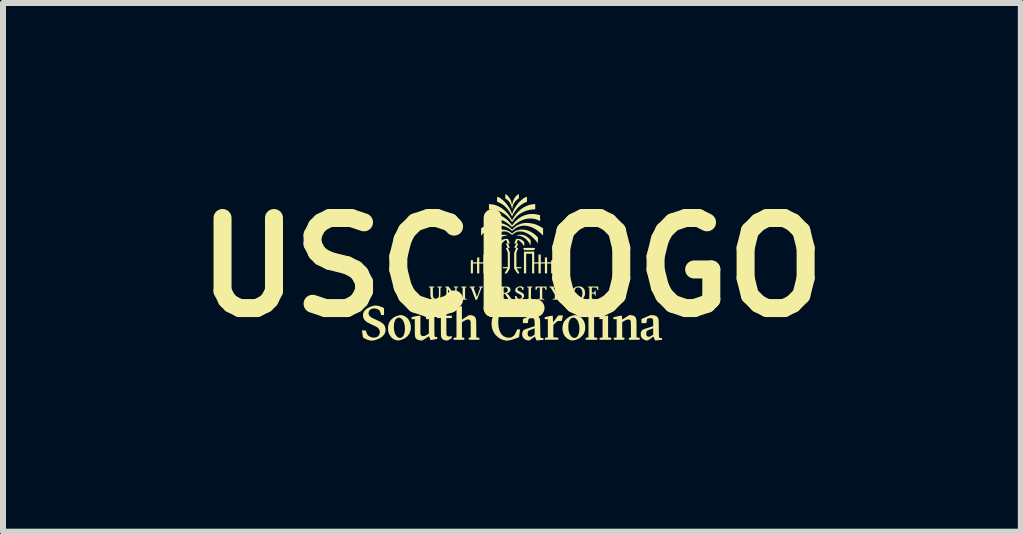
<source format=kicad_pcb>
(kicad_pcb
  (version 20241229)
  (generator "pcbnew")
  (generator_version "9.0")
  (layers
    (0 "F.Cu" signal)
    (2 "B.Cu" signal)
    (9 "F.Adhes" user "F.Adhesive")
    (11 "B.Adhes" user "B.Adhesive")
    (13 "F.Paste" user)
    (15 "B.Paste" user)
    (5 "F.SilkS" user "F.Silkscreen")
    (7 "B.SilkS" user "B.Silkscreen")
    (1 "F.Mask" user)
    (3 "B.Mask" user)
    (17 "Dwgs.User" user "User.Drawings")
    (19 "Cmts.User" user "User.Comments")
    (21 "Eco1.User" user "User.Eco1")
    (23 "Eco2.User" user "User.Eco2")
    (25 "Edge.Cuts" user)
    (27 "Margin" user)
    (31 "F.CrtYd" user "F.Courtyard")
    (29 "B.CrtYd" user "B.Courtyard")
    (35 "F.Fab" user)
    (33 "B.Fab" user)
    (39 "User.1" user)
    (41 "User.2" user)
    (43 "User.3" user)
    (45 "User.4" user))
  (footprint "USCLOGO"
    (layer "F.Cu")
    (at 5.479 1.404)
    (property "Reference" "USCLOGO" (at 0 0 0) (layer "F.SilkS") (effects (font (size 1.5 1.5) (thickness 0.3))))
    (attr board_only exclude_from_pos_files exclude_from_bom)
    (fp_poly (pts (xy -0.255 -0.324) (xy -0.232 -0.324) (xy -0.214 -0.323) (xy -0.199 -0.323) (xy -0.189 -0.322) (xy -0.184 -0.322) (xy -0.183 -0.321) (xy -0.184 -0.318) (xy -0.186 -0.311) (xy -0.189 -0.303) (xy -0.19 -0.303) (xy -0.196 -0.287) (xy -0.282 -0.287) (xy -0.367 -0.287) (xy -0.374 -0.303) (xy -0.377 -0.311) (xy -0.38 -0.318) (xy -0.381 -0.321) (xy -0.381 -0.321) (xy -0.378 -0.322) (xy -0.372 -0.323) (xy -0.361 -0.323) (xy -0.345 -0.323) (xy -0.325 -0.324) (xy -0.299 -0.324) (xy -0.282 -0.324)) (stroke (width 0) (type solid)) (fill yes) (layer "F.SilkS"))
    (fp_poly (pts (xy -0.116 -0.542) (xy -0.099 -0.54) (xy -0.087 -0.538) (xy -0.068 -0.533) (xy -0.093 -0.53) (xy -0.129 -0.523) (xy -0.162 -0.513) (xy -0.191 -0.499) (xy -0.207 -0.489) (xy -0.228 -0.472) (xy -0.249 -0.451) (xy -0.269 -0.427) (xy -0.286 -0.401) (xy -0.294 -0.385) (xy -0.307 -0.36) (xy -0.307 -0.406) (xy -0.307 -0.451) (xy -0.292 -0.468) (xy -0.273 -0.488) (xy -0.25 -0.506) (xy -0.226 -0.522) (xy -0.201 -0.533) (xy -0.185 -0.538) (xy -0.171 -0.541) (xy -0.154 -0.542) (xy -0.135 -0.543)) (stroke (width 0) (type solid)) (fill yes) (layer "F.SilkS"))
    (fp_poly (pts (xy 0.315 -0.324) (xy 0.339 -0.324) (xy 0.358 -0.323) (xy 0.372 -0.323) (xy 0.381 -0.322) (xy 0.385 -0.322) (xy 0.386 -0.321) (xy 0.385 -0.318) (xy 0.382 -0.311) (xy 0.379 -0.303) (xy 0.378 -0.303) (xy 0.371 -0.287) (xy 0.287 -0.287) (xy 0.202 -0.287) (xy 0.195 -0.303) (xy 0.192 -0.311) (xy 0.189 -0.318) (xy 0.188 -0.321) (xy 0.188 -0.321) (xy 0.19 -0.322) (xy 0.198 -0.323) (xy 0.21 -0.323) (xy 0.227 -0.323) (xy 0.249 -0.324) (xy 0.276 -0.324) (xy 0.287 -0.324)) (stroke (width 0) (type solid)) (fill yes) (layer "F.SilkS"))
    (fp_poly (pts (xy 0.167 -0.542) (xy 0.185 -0.539) (xy 0.195 -0.537) (xy 0.223 -0.526) (xy 0.25 -0.51) (xy 0.275 -0.491) (xy 0.297 -0.469) (xy 0.305 -0.459) (xy 0.312 -0.45) (xy 0.311 -0.406) (xy 0.31 -0.362) (xy 0.299 -0.386) (xy 0.282 -0.415) (xy 0.262 -0.442) (xy 0.239 -0.466) (xy 0.214 -0.487) (xy 0.188 -0.503) (xy 0.171 -0.512) (xy 0.151 -0.519) (xy 0.129 -0.525) (xy 0.105 -0.529) (xy 0.098 -0.53) (xy 0.073 -0.533) (xy 0.091 -0.538) (xy 0.108 -0.541) (xy 0.127 -0.543) (xy 0.147 -0.543)) (stroke (width 0) (type solid)) (fill yes) (layer "F.SilkS"))
    (fp_poly (pts (xy 0.297 0.32) (xy 0.342 0.32) (xy 0.343 0.327) (xy 0.343 0.33) (xy 0.341 0.333) (xy 0.336 0.334) (xy 0.331 0.335) (xy 0.318 0.337) (xy 0.317 0.429) (xy 0.316 0.521) (xy 0.326 0.523) (xy 0.333 0.524) (xy 0.338 0.525) (xy 0.339 0.525) (xy 0.342 0.527) (xy 0.343 0.532) (xy 0.344 0.539) (xy 0.298 0.539) (xy 0.252 0.539) (xy 0.252 0.533) (xy 0.254 0.528) (xy 0.258 0.525) (xy 0.266 0.524) (xy 0.271 0.523) (xy 0.277 0.521) (xy 0.277 0.429) (xy 0.277 0.337) (xy 0.264 0.335) (xy 0.257 0.334) (xy 0.253 0.332) (xy 0.252 0.329) (xy 0.252 0.327) (xy 0.252 0.32)) (stroke (width 0) (type solid)) (fill yes) (layer "F.SilkS"))
    (fp_poly (pts (xy 0.753 0.064) (xy 0.758 0.065) (xy 0.761 0.066) (xy 0.761 0.069) (xy 0.761 0.071) (xy 0.761 0.075) (xy 0.76 0.075) (xy 0.759 0.074) (xy 0.755 0.07) (xy 0.753 0.069) (xy 0.75 0.07) (xy 0.749 0.075) (xy 0.749 0.083) (xy 0.749 0.084) (xy 0.749 0.092) (xy 0.75 0.097) (xy 0.751 0.099) (xy 0.754 0.101) (xy 0.754 0.101) (xy 0.752 0.103) (xy 0.746 0.104) (xy 0.744 0.104) (xy 0.738 0.103) (xy 0.734 0.102) (xy 0.734 0.101) (xy 0.736 0.099) (xy 0.737 0.099) (xy 0.738 0.097) (xy 0.739 0.091) (xy 0.739 0.084) (xy 0.739 0.075) (xy 0.738 0.071) (xy 0.736 0.069) (xy 0.735 0.069) (xy 0.732 0.071) (xy 0.732 0.073) (xy 0.73 0.076) (xy 0.729 0.077) (xy 0.727 0.075) (xy 0.727 0.07) (xy 0.727 0.067) (xy 0.728 0.065) (xy 0.732 0.065) (xy 0.739 0.064) (xy 0.744 0.064)) (stroke (width 0) (type solid)) (fill yes) (layer "F.SilkS"))
    (fp_poly (pts (xy 1.583 0.653) (xy 1.593 0.654) (xy 1.6 0.655) (xy 1.603 0.655) (xy 1.603 0.658) (xy 1.604 0.665) (xy 1.605 0.674) (xy 1.606 0.681) (xy 1.607 0.693) (xy 1.608 0.703) (xy 1.607 0.711) (xy 1.605 0.72) (xy 1.604 0.725) (xy 1.602 0.734) (xy 1.6 0.741) (xy 1.599 0.745) (xy 1.599 0.746) (xy 1.596 0.746) (xy 1.589 0.747) (xy 1.58 0.748) (xy 1.57 0.749) (xy 1.559 0.75) (xy 1.549 0.75) (xy 1.541 0.751) (xy 1.536 0.751) (xy 1.535 0.751) (xy 1.53 0.75) (xy 1.523 0.749) (xy 1.522 0.749) (xy 1.515 0.747) (xy 1.511 0.746) (xy 1.511 0.746) (xy 1.51 0.743) (xy 1.51 0.737) (xy 1.509 0.727) (xy 1.508 0.721) (xy 1.507 0.708) (xy 1.507 0.698) (xy 1.508 0.688) (xy 1.51 0.677) (xy 1.514 0.656) (xy 1.538 0.654) (xy 1.548 0.654) (xy 1.56 0.653) (xy 1.572 0.653)) (stroke (width 0) (type solid)) (fill yes) (layer "F.SilkS"))
    (fp_poly (pts (xy 0.778 0.065) (xy 0.782 0.068) (xy 0.782 0.07) (xy 0.785 0.076) (xy 0.787 0.083) (xy 0.788 0.084) (xy 0.792 0.093) (xy 0.797 0.079) (xy 0.801 0.071) (xy 0.804 0.067) (xy 0.808 0.065) (xy 0.808 0.065) (xy 0.811 0.065) (xy 0.813 0.066) (xy 0.814 0.069) (xy 0.814 0.075) (xy 0.814 0.084) (xy 0.814 0.094) (xy 0.814 0.1) (xy 0.813 0.103) (xy 0.811 0.104) (xy 0.808 0.104) (xy 0.804 0.104) (xy 0.803 0.102) (xy 0.802 0.098) (xy 0.803 0.09) (xy 0.803 0.09) (xy 0.804 0.075) (xy 0.798 0.089) (xy 0.794 0.096) (xy 0.791 0.101) (xy 0.79 0.103) (xy 0.787 0.101) (xy 0.784 0.096) (xy 0.78 0.09) (xy 0.774 0.075) (xy 0.774 0.087) (xy 0.774 0.094) (xy 0.776 0.1) (xy 0.777 0.101) (xy 0.778 0.103) (xy 0.775 0.104) (xy 0.773 0.104) (xy 0.77 0.104) (xy 0.768 0.102) (xy 0.768 0.098) (xy 0.768 0.091) (xy 0.768 0.088) (xy 0.768 0.076) (xy 0.767 0.069) (xy 0.766 0.068) (xy 0.765 0.066) (xy 0.767 0.064) (xy 0.772 0.064)) (stroke (width 0) (type solid)) (fill yes) (layer "F.SilkS"))
    (fp_poly (pts (xy 0.576 0.349) (xy 0.576 0.378) (xy 0.569 0.378) (xy 0.565 0.378) (xy 0.562 0.376) (xy 0.56 0.372) (xy 0.557 0.366) (xy 0.555 0.359) (xy 0.551 0.349) (xy 0.548 0.343) (xy 0.544 0.339) (xy 0.537 0.337) (xy 0.528 0.336) (xy 0.519 0.336) (xy 0.504 0.336) (xy 0.505 0.429) (xy 0.505 0.523) (xy 0.512 0.523) (xy 0.524 0.525) (xy 0.531 0.526) (xy 0.536 0.527) (xy 0.538 0.529) (xy 0.539 0.531) (xy 0.539 0.533) (xy 0.539 0.539) (xy 0.484 0.539) (xy 0.43 0.539) (xy 0.43 0.533) (xy 0.431 0.529) (xy 0.433 0.527) (xy 0.439 0.526) (xy 0.442 0.525) (xy 0.45 0.524) (xy 0.457 0.523) (xy 0.459 0.523) (xy 0.465 0.521) (xy 0.465 0.429) (xy 0.465 0.336) (xy 0.45 0.336) (xy 0.437 0.337) (xy 0.428 0.338) (xy 0.422 0.34) (xy 0.42 0.344) (xy 0.419 0.345) (xy 0.417 0.351) (xy 0.415 0.359) (xy 0.413 0.365) (xy 0.409 0.372) (xy 0.407 0.376) (xy 0.403 0.378) (xy 0.4 0.378) (xy 0.393 0.378) (xy 0.393 0.349) (xy 0.393 0.32) (xy 0.484 0.32) (xy 0.576 0.32)) (stroke (width 0) (type solid)) (fill yes) (layer "F.SilkS"))
    (fp_poly (pts (xy 1.602 0.986) (xy 1.602 1.166) (xy 1.617 1.169) (xy 1.628 1.171) (xy 1.639 1.172) (xy 1.644 1.173) (xy 1.651 1.174) (xy 1.654 1.176) (xy 1.656 1.179) (xy 1.656 1.185) (xy 1.654 1.195) (xy 1.654 1.196) (xy 1.652 1.206) (xy 1.558 1.207) (xy 1.534 1.207) (xy 1.514 1.207) (xy 1.498 1.207) (xy 1.486 1.207) (xy 1.477 1.207) (xy 1.471 1.206) (xy 1.467 1.206) (xy 1.464 1.205) (xy 1.463 1.204) (xy 1.462 1.203) (xy 1.462 1.203) (xy 1.461 1.197) (xy 1.46 1.189) (xy 1.46 1.187) (xy 1.46 1.175) (xy 1.477 1.172) (xy 1.487 1.171) (xy 1.496 1.169) (xy 1.502 1.168) (xy 1.51 1.166) (xy 1.51 1.014) (xy 1.51 0.861) (xy 1.485 0.862) (xy 1.459 0.863) (xy 1.458 0.854) (xy 1.456 0.845) (xy 1.456 0.837) (xy 1.456 0.832) (xy 1.457 0.831) (xy 1.46 0.83) (xy 1.467 0.829) (xy 1.477 0.826) (xy 1.49 0.824) (xy 1.504 0.82) (xy 1.508 0.819) (xy 1.525 0.816) (xy 1.541 0.813) (xy 1.557 0.81) (xy 1.57 0.808) (xy 1.58 0.807) (xy 1.58 0.807) (xy 1.602 0.805)) (stroke (width 0) (type solid)) (fill yes) (layer "F.SilkS"))
    (fp_poly (pts (xy 1.369 0.907) (xy 1.369 1.166) (xy 1.377 1.168) (xy 1.384 1.169) (xy 1.393 1.171) (xy 1.404 1.172) (xy 1.404 1.172) (xy 1.423 1.175) (xy 1.422 1.186) (xy 1.422 1.192) (xy 1.422 1.196) (xy 1.421 1.2) (xy 1.42 1.202) (xy 1.417 1.204) (xy 1.413 1.206) (xy 1.406 1.207) (xy 1.397 1.207) (xy 1.384 1.207) (xy 1.368 1.208) (xy 1.348 1.207) (xy 1.325 1.207) (xy 1.304 1.207) (xy 1.284 1.207) (xy 1.267 1.207) (xy 1.252 1.207) (xy 1.241 1.207) (xy 1.233 1.207) (xy 1.23 1.206) (xy 1.23 1.206) (xy 1.229 1.203) (xy 1.228 1.197) (xy 1.227 1.19) (xy 1.226 1.175) (xy 1.239 1.173) (xy 1.249 1.171) (xy 1.26 1.17) (xy 1.264 1.169) (xy 1.275 1.166) (xy 1.275 0.937) (xy 1.275 0.707) (xy 1.25 0.707) (xy 1.224 0.707) (xy 1.223 0.692) (xy 1.222 0.684) (xy 1.222 0.678) (xy 1.222 0.675) (xy 1.225 0.674) (xy 1.233 0.672) (xy 1.243 0.669) (xy 1.256 0.667) (xy 1.27 0.663) (xy 1.286 0.66) (xy 1.301 0.657) (xy 1.316 0.654) (xy 1.329 0.652) (xy 1.34 0.65) (xy 1.347 0.649) (xy 1.348 0.649) (xy 1.369 0.647)) (stroke (width 0) (type solid)) (fill yes) (layer "F.SilkS"))
    (fp_poly (pts (xy -0.803 0.32) (xy -0.79 0.32) (xy -0.778 0.321) (xy -0.768 0.321) (xy -0.76 0.322) (xy -0.756 0.322) (xy -0.756 0.323) (xy -0.753 0.328) (xy -0.755 0.332) (xy -0.762 0.334) (xy -0.767 0.335) (xy -0.781 0.337) (xy -0.781 0.429) (xy -0.781 0.521) (xy -0.776 0.522) (xy -0.769 0.524) (xy -0.765 0.524) (xy -0.758 0.526) (xy -0.755 0.529) (xy -0.755 0.534) (xy -0.756 0.535) (xy -0.757 0.537) (xy -0.76 0.538) (xy -0.765 0.538) (xy -0.773 0.539) (xy -0.784 0.539) (xy -0.799 0.539) (xy -0.801 0.539) (xy -0.816 0.539) (xy -0.828 0.539) (xy -0.836 0.538) (xy -0.841 0.538) (xy -0.844 0.537) (xy -0.845 0.536) (xy -0.846 0.534) (xy -0.846 0.533) (xy -0.846 0.528) (xy -0.842 0.525) (xy -0.835 0.524) (xy -0.831 0.524) (xy -0.828 0.524) (xy -0.826 0.523) (xy -0.824 0.521) (xy -0.823 0.518) (xy -0.822 0.512) (xy -0.821 0.504) (xy -0.821 0.493) (xy -0.821 0.479) (xy -0.821 0.461) (xy -0.821 0.438) (xy -0.821 0.429) (xy -0.821 0.337) (xy -0.834 0.335) (xy -0.842 0.334) (xy -0.846 0.332) (xy -0.847 0.33) (xy -0.847 0.328) (xy -0.846 0.323) (xy -0.845 0.321) (xy -0.843 0.321) (xy -0.837 0.32) (xy -0.827 0.32) (xy -0.816 0.32)) (stroke (width 0) (type solid)) (fill yes) (layer "F.SilkS"))
    (fp_poly (pts (xy 0.371 -0.173) (xy 0.371 -0.084) (xy 0.407 -0.084) (xy 0.442 -0.084) (xy 0.442 -0.148) (xy 0.442 -0.213) (xy 0.461 -0.213) (xy 0.48 -0.213) (xy 0.48 -0.148) (xy 0.48 -0.084) (xy 0.514 -0.084) (xy 0.549 -0.084) (xy 0.549 -0.125) (xy 0.549 -0.166) (xy 0.567 -0.165) (xy 0.585 -0.164) (xy 0.585 -0.124) (xy 0.586 -0.084) (xy 0.619 -0.084) (xy 0.652 -0.084) (xy 0.653 -0.101) (xy 0.654 -0.117) (xy 0.672 -0.118) (xy 0.69 -0.119) (xy 0.69 -0.009) (xy 0.69 0.101) (xy 0.671 0.101) (xy 0.653 0.101) (xy 0.653 0.019) (xy 0.653 -0.064) (xy 0.619 -0.064) (xy 0.586 -0.064) (xy 0.586 0.019) (xy 0.586 0.101) (xy 0.567 0.101) (xy 0.549 0.101) (xy 0.549 0.019) (xy 0.549 -0.064) (xy 0.514 -0.064) (xy 0.48 -0.064) (xy 0.48 0.019) (xy 0.48 0.101) (xy 0.461 0.101) (xy 0.442 0.101) (xy 0.442 0.019) (xy 0.442 -0.064) (xy 0.407 -0.064) (xy 0.371 -0.064) (xy 0.371 0.019) (xy 0.371 0.101) (xy 0.353 0.101) (xy 0.336 0.101) (xy 0.336 -0.063) (xy 0.336 -0.227) (xy 0.287 -0.227) (xy 0.237 -0.227) (xy 0.237 -0.063) (xy 0.237 0.101) (xy 0.219 0.101) (xy 0.2 0.101) (xy 0.2 -0.08) (xy 0.2 -0.262) (xy 0.285 -0.262) (xy 0.371 -0.262)) (stroke (width 0) (type solid)) (fill yes) (layer "F.SilkS"))
    (fp_poly (pts (xy -0.195 -0.08) (xy -0.195 0.101) (xy -0.214 0.101) (xy -0.232 0.101) (xy -0.232 -0.063) (xy -0.232 -0.227) (xy -0.282 -0.227) (xy -0.331 -0.227) (xy -0.331 -0.063) (xy -0.331 0.101) (xy -0.349 0.101) (xy -0.366 0.101) (xy -0.366 0.019) (xy -0.366 -0.064) (xy -0.402 -0.064) (xy -0.438 -0.064) (xy -0.438 0.019) (xy -0.438 0.101) (xy -0.456 0.101) (xy -0.475 0.101) (xy -0.475 0.019) (xy -0.475 -0.064) (xy -0.509 -0.064) (xy -0.544 -0.064) (xy -0.544 0.019) (xy -0.544 0.101) (xy -0.562 0.101) (xy -0.581 0.101) (xy -0.581 0.019) (xy -0.581 -0.064) (xy -0.615 -0.064) (xy -0.65 -0.064) (xy -0.65 0.019) (xy -0.65 0.101) (xy -0.667 0.101) (xy -0.685 0.101) (xy -0.685 -0.009) (xy -0.685 -0.119) (xy -0.667 -0.119) (xy -0.65 -0.119) (xy -0.65 -0.101) (xy -0.65 -0.084) (xy -0.616 -0.084) (xy -0.581 -0.084) (xy -0.58 -0.124) (xy -0.58 -0.164) (xy -0.562 -0.165) (xy -0.544 -0.166) (xy -0.544 -0.125) (xy -0.544 -0.084) (xy -0.509 -0.084) (xy -0.475 -0.084) (xy -0.475 -0.148) (xy -0.475 -0.213) (xy -0.456 -0.213) (xy -0.438 -0.213) (xy -0.438 -0.148) (xy -0.438 -0.084) (xy -0.403 -0.084) (xy -0.369 -0.084) (xy -0.367 -0.096) (xy -0.367 -0.101) (xy -0.367 -0.11) (xy -0.366 -0.123) (xy -0.366 -0.139) (xy -0.366 -0.157) (xy -0.366 -0.177) (xy -0.366 -0.184) (xy -0.366 -0.262) (xy -0.281 -0.262) (xy -0.195 -0.262)) (stroke (width 0) (type solid)) (fill yes) (layer "F.SilkS"))
    (fp_poly (pts (xy 0.25 -1.134) (xy 0.25 -1.091) (xy 0.237 -1.086) (xy 0.21 -1.076) (xy 0.183 -1.061) (xy 0.155 -1.043) (xy 0.129 -1.022) (xy 0.109 -1.004) (xy 0.089 -0.982) (xy 0.069 -0.958) (xy 0.05 -0.933) (xy 0.034 -0.908) (xy 0.02 -0.884) (xy 0.01 -0.863) (xy 0.005 -0.853) (xy 0.002 -0.847) (xy 0.000418 -0.846) (xy 0 -0.848) (xy -0.001 -0.853) (xy -0.004 -0.861) (xy -0.009 -0.871) (xy -0.016 -0.883) (xy -0.022 -0.896) (xy -0.029 -0.908) (xy -0.036 -0.919) (xy -0.039 -0.923) (xy -0.066 -0.961) (xy -0.095 -0.994) (xy -0.126 -1.024) (xy -0.158 -1.049) (xy -0.192 -1.069) (xy -0.22 -1.082) (xy -0.246 -1.092) (xy -0.247 -1.131) (xy -0.247 -1.145) (xy -0.247 -1.157) (xy -0.247 -1.166) (xy -0.246 -1.172) (xy -0.246 -1.173) (xy -0.244 -1.175) (xy -0.24 -1.174) (xy -0.233 -1.172) (xy -0.231 -1.171) (xy -0.209 -1.162) (xy -0.188 -1.149) (xy -0.166 -1.133) (xy -0.143 -1.113) (xy -0.125 -1.095) (xy -0.098 -1.065) (xy -0.073 -1.034) (xy -0.051 -1.002) (xy -0.032 -0.97) (xy -0.017 -0.938) (xy -0.005 -0.907) (xy -0.002 -0.897) (xy -0.000091 -0.89) (xy 0.002 -0.885) (xy 0.003 -0.885) (xy 0.003 -0.885) (xy 0.004 -0.889) (xy 0.007 -0.896) (xy 0.01 -0.906) (xy 0.011 -0.911) (xy 0.021 -0.937) (xy 0.034 -0.965) (xy 0.051 -0.994) (xy 0.07 -1.023) (xy 0.091 -1.051) (xy 0.114 -1.079) (xy 0.135 -1.101) (xy 0.162 -1.126) (xy 0.189 -1.147) (xy 0.215 -1.162) (xy 0.234 -1.171) (xy 0.25 -1.177)) (stroke (width 0) (type solid)) (fill yes) (layer "F.SilkS"))
    (fp_poly (pts (xy 1.142 0.319) (xy 1.162 0.326) (xy 1.18 0.337) (xy 1.195 0.352) (xy 1.207 0.37) (xy 1.212 0.381) (xy 1.215 0.393) (xy 1.217 0.408) (xy 1.218 0.424) (xy 1.218 0.44) (xy 1.217 0.454) (xy 1.216 0.457) (xy 1.209 0.478) (xy 1.198 0.497) (xy 1.183 0.512) (xy 1.164 0.525) (xy 1.14 0.535) (xy 1.129 0.539) (xy 1.106 0.543) (xy 1.083 0.543) (xy 1.066 0.539) (xy 1.047 0.53) (xy 1.029 0.517) (xy 1.015 0.5) (xy 1.014 0.5) (xy 1.005 0.484) (xy 0.999 0.469) (xy 0.996 0.452) (xy 0.995 0.433) (xy 0.996 0.414) (xy 1.039 0.414) (xy 1.039 0.437) (xy 1.041 0.454) (xy 1.048 0.476) (xy 1.057 0.494) (xy 1.068 0.508) (xy 1.082 0.518) (xy 1.097 0.524) (xy 1.115 0.525) (xy 1.133 0.521) (xy 1.134 0.521) (xy 1.143 0.516) (xy 1.152 0.508) (xy 1.16 0.497) (xy 1.167 0.486) (xy 1.167 0.485) (xy 1.17 0.474) (xy 1.172 0.46) (xy 1.174 0.444) (xy 1.174 0.428) (xy 1.173 0.413) (xy 1.172 0.403) (xy 1.166 0.383) (xy 1.157 0.366) (xy 1.146 0.352) (xy 1.133 0.342) (xy 1.131 0.34) (xy 1.118 0.336) (xy 1.104 0.335) (xy 1.089 0.336) (xy 1.076 0.34) (xy 1.073 0.342) (xy 1.06 0.352) (xy 1.05 0.366) (xy 1.044 0.383) (xy 1.04 0.405) (xy 1.039 0.414) (xy 0.996 0.414) (xy 0.997 0.408) (xy 1.003 0.386) (xy 1.012 0.367) (xy 1.026 0.351) (xy 1.044 0.337) (xy 1.065 0.326) (xy 1.075 0.323) (xy 1.098 0.317) (xy 1.121 0.316)) (stroke (width 0) (type solid)) (fill yes) (layer "F.SilkS"))
    (fp_poly (pts (xy 0.115 -1.219) (xy 0.116 -1.212) (xy 0.116 -1.203) (xy 0.116 -1.191) (xy 0.116 -1.185) (xy 0.116 -1.169) (xy 0.116 -1.158) (xy 0.115 -1.151) (xy 0.113 -1.147) (xy 0.113 -1.147) (xy 0.11 -1.144) (xy 0.103 -1.14) (xy 0.095 -1.135) (xy 0.095 -1.134) (xy 0.078 -1.122) (xy 0.062 -1.106) (xy 0.047 -1.088) (xy 0.035 -1.07) (xy 0.031 -1.064) (xy 0.023 -1.045) (xy 0.015 -1.025) (xy 0.01 -1.006) (xy 0.006 -0.989) (xy 0.006 -0.987) (xy 0.005 -0.979) (xy 0.003 -0.974) (xy 0.001 -0.972) (xy 0.000294 -0.974) (xy 0 -0.978) (xy -0.001 -0.988) (xy -0.004 -1.001) (xy -0.008 -1.016) (xy -0.013 -1.032) (xy -0.019 -1.047) (xy -0.025 -1.06) (xy -0.04 -1.085) (xy -0.058 -1.107) (xy -0.079 -1.127) (xy -0.093 -1.136) (xy -0.111 -1.148) (xy -0.111 -1.184) (xy -0.111 -1.197) (xy -0.111 -1.208) (xy -0.111 -1.216) (xy -0.11 -1.221) (xy -0.11 -1.221) (xy -0.107 -1.22) (xy -0.102 -1.217) (xy -0.094 -1.212) (xy -0.074 -1.197) (xy -0.056 -1.177) (xy -0.039 -1.154) (xy -0.025 -1.129) (xy -0.017 -1.112) (xy -0.013 -1.099) (xy -0.008 -1.085) (xy -0.005 -1.071) (xy -0.002 -1.058) (xy -0.000253 -1.048) (xy -0.000017 -1.044) (xy 0.00044 -1.04) (xy 0.002 -1.039) (xy 0.003 -1.043) (xy 0.005 -1.05) (xy 0.007 -1.059) (xy 0.014 -1.088) (xy 0.024 -1.117) (xy 0.037 -1.143) (xy 0.052 -1.167) (xy 0.069 -1.188) (xy 0.074 -1.192) (xy 0.08 -1.198) (xy 0.088 -1.204) (xy 0.097 -1.21) (xy 0.105 -1.216) (xy 0.111 -1.22) (xy 0.115 -1.221) (xy 0.115 -1.221)) (stroke (width 0) (type solid)) (fill yes) (layer "F.SilkS"))
    (fp_poly (pts (xy -0.322 0.32) (xy -0.301 0.32) (xy -0.284 0.321) (xy -0.271 0.321) (xy -0.264 0.322) (xy -0.261 0.323) (xy -0.261 0.323) (xy -0.26 0.326) (xy -0.26 0.333) (xy -0.259 0.343) (xy -0.259 0.352) (xy -0.258 0.378) (xy -0.264 0.378) (xy -0.268 0.378) (xy -0.271 0.376) (xy -0.274 0.372) (xy -0.277 0.364) (xy -0.28 0.357) (xy -0.29 0.336) (xy -0.329 0.336) (xy -0.368 0.336) (xy -0.368 0.376) (xy -0.368 0.415) (xy -0.348 0.415) (xy -0.327 0.415) (xy -0.321 0.399) (xy -0.318 0.391) (xy -0.315 0.386) (xy -0.312 0.384) (xy -0.309 0.383) (xy -0.303 0.383) (xy -0.303 0.425) (xy -0.303 0.467) (xy -0.309 0.467) (xy -0.312 0.466) (xy -0.315 0.462) (xy -0.318 0.456) (xy -0.321 0.449) (xy -0.327 0.433) (xy -0.348 0.433) (xy -0.368 0.433) (xy -0.368 0.477) (xy -0.368 0.522) (xy -0.327 0.522) (xy -0.285 0.522) (xy -0.275 0.501) (xy -0.27 0.491) (xy -0.266 0.484) (xy -0.263 0.481) (xy -0.26 0.48) (xy -0.257 0.48) (xy -0.25 0.48) (xy -0.255 0.509) (xy -0.261 0.539) (xy -0.347 0.539) (xy -0.433 0.539) (xy -0.433 0.533) (xy -0.432 0.529) (xy -0.428 0.526) (xy -0.423 0.525) (xy -0.416 0.524) (xy -0.411 0.523) (xy -0.411 0.523) (xy -0.41 0.521) (xy -0.409 0.518) (xy -0.409 0.511) (xy -0.408 0.502) (xy -0.408 0.489) (xy -0.408 0.472) (xy -0.408 0.451) (xy -0.408 0.429) (xy -0.408 0.337) (xy -0.42 0.335) (xy -0.428 0.334) (xy -0.431 0.332) (xy -0.432 0.329) (xy -0.433 0.327) (xy -0.433 0.32) (xy -0.347 0.32)) (stroke (width 0) (type solid)) (fill yes) (layer "F.SilkS"))
    (fp_poly (pts (xy 1.389 0.32) (xy 1.405 0.32) (xy 1.419 0.32) (xy 1.429 0.32) (xy 1.435 0.321) (xy 1.436 0.321) (xy 1.437 0.324) (xy 1.437 0.331) (xy 1.438 0.34) (xy 1.438 0.35) (xy 1.44 0.378) (xy 1.433 0.378) (xy 1.429 0.377) (xy 1.426 0.375) (xy 1.423 0.37) (xy 1.419 0.362) (xy 1.418 0.358) (xy 1.413 0.348) (xy 1.409 0.342) (xy 1.405 0.339) (xy 1.404 0.338) (xy 1.399 0.338) (xy 1.391 0.337) (xy 1.38 0.337) (xy 1.367 0.336) (xy 1.364 0.336) (xy 1.33 0.336) (xy 1.33 0.378) (xy 1.33 0.42) (xy 1.35 0.42) (xy 1.37 0.419) (xy 1.377 0.403) (xy 1.381 0.394) (xy 1.384 0.389) (xy 1.387 0.387) (xy 1.389 0.387) (xy 1.395 0.387) (xy 1.395 0.43) (xy 1.395 0.472) (xy 1.389 0.472) (xy 1.386 0.47) (xy 1.383 0.467) (xy 1.38 0.461) (xy 1.377 0.454) (xy 1.371 0.438) (xy 1.35 0.438) (xy 1.33 0.438) (xy 1.33 0.479) (xy 1.33 0.495) (xy 1.33 0.507) (xy 1.331 0.515) (xy 1.332 0.52) (xy 1.334 0.523) (xy 1.338 0.524) (xy 1.343 0.524) (xy 1.347 0.524) (xy 1.357 0.525) (xy 1.364 0.527) (xy 1.367 0.53) (xy 1.367 0.533) (xy 1.367 0.539) (xy 1.317 0.539) (xy 1.266 0.539) (xy 1.265 0.533) (xy 1.265 0.529) (xy 1.266 0.527) (xy 1.271 0.526) (xy 1.276 0.525) (xy 1.289 0.523) (xy 1.29 0.43) (xy 1.29 0.337) (xy 1.278 0.335) (xy 1.271 0.334) (xy 1.267 0.332) (xy 1.266 0.329) (xy 1.266 0.327) (xy 1.266 0.32) (xy 1.351 0.32) (xy 1.371 0.32)) (stroke (width 0) (type solid)) (fill yes) (layer "F.SilkS"))
    (fp_poly (pts (xy -0.191 -0.737) (xy -0.153 -0.729) (xy -0.117 -0.716) (xy -0.083 -0.699) (xy -0.051 -0.678) (xy -0.022 -0.653) (xy -0.016 -0.648) (xy 0.003 -0.628) (xy 0.018 -0.644) (xy 0.047 -0.671) (xy 0.078 -0.694) (xy 0.112 -0.712) (xy 0.148 -0.726) (xy 0.185 -0.735) (xy 0.224 -0.74) (xy 0.265 -0.74) (xy 0.275 -0.739) (xy 0.323 -0.733) (xy 0.369 -0.723) (xy 0.412 -0.708) (xy 0.454 -0.689) (xy 0.495 -0.665) (xy 0.495 -0.665) (xy 0.519 -0.65) (xy 0.519 -0.59) (xy 0.519 -0.53) (xy 0.49 -0.559) (xy 0.454 -0.591) (xy 0.416 -0.62) (xy 0.378 -0.644) (xy 0.339 -0.664) (xy 0.299 -0.679) (xy 0.259 -0.689) (xy 0.241 -0.692) (xy 0.205 -0.695) (xy 0.169 -0.692) (xy 0.135 -0.685) (xy 0.101 -0.674) (xy 0.069 -0.657) (xy 0.038 -0.636) (xy 0.017 -0.618) (xy 0.009 -0.612) (xy 0.004 -0.607) (xy 0.001 -0.605) (xy 0 -0.605) (xy -0.002 -0.608) (xy -0.007 -0.613) (xy -0.014 -0.619) (xy -0.019 -0.624) (xy -0.05 -0.648) (xy -0.082 -0.667) (xy -0.115 -0.681) (xy -0.149 -0.69) (xy -0.184 -0.694) (xy -0.221 -0.694) (xy -0.258 -0.688) (xy -0.297 -0.678) (xy -0.3 -0.677) (xy -0.333 -0.664) (xy -0.367 -0.647) (xy -0.401 -0.627) (xy -0.434 -0.604) (xy -0.465 -0.578) (xy -0.494 -0.551) (xy -0.495 -0.549) (xy -0.514 -0.529) (xy -0.514 -0.589) (xy -0.514 -0.65) (xy -0.491 -0.664) (xy -0.476 -0.674) (xy -0.464 -0.681) (xy -0.454 -0.687) (xy -0.444 -0.692) (xy -0.432 -0.697) (xy -0.42 -0.703) (xy -0.384 -0.717) (xy -0.347 -0.727) (xy -0.31 -0.735) (xy -0.27 -0.739) (xy -0.23 -0.74)) (stroke (width 0) (type solid)) (fill yes) (layer "F.SilkS"))
    (fp_poly (pts (xy -0.661 0.32) (xy -0.66 0.32) (xy -0.617 0.32) (xy -0.616 0.327) (xy -0.616 0.33) (xy -0.618 0.333) (xy -0.623 0.334) (xy -0.627 0.335) (xy -0.64 0.337) (xy -0.614 0.409) (xy -0.607 0.427) (xy -0.601 0.444) (xy -0.596 0.46) (xy -0.592 0.473) (xy -0.588 0.483) (xy -0.587 0.489) (xy -0.586 0.49) (xy -0.586 0.492) (xy -0.585 0.493) (xy -0.584 0.492) (xy -0.582 0.489) (xy -0.58 0.483) (xy -0.576 0.475) (xy -0.572 0.463) (xy -0.566 0.447) (xy -0.559 0.427) (xy -0.556 0.418) (xy -0.527 0.337) (xy -0.539 0.335) (xy -0.546 0.333) (xy -0.551 0.331) (xy -0.551 0.331) (xy -0.551 0.327) (xy -0.551 0.324) (xy -0.551 0.323) (xy -0.549 0.321) (xy -0.545 0.321) (xy -0.539 0.32) (xy -0.528 0.32) (xy -0.517 0.32) (xy -0.483 0.32) (xy -0.482 0.327) (xy -0.482 0.331) (xy -0.485 0.333) (xy -0.49 0.335) (xy -0.493 0.335) (xy -0.504 0.337) (xy -0.542 0.436) (xy -0.58 0.536) (xy -0.591 0.54) (xy -0.597 0.542) (xy -0.602 0.544) (xy -0.603 0.544) (xy -0.605 0.542) (xy -0.608 0.536) (xy -0.611 0.528) (xy -0.612 0.525) (xy -0.615 0.518) (xy -0.619 0.507) (xy -0.624 0.493) (xy -0.631 0.476) (xy -0.638 0.458) (xy -0.645 0.438) (xy -0.651 0.422) (xy -0.66 0.399) (xy -0.667 0.381) (xy -0.673 0.367) (xy -0.677 0.355) (xy -0.681 0.347) (xy -0.685 0.341) (xy -0.688 0.337) (xy -0.691 0.335) (xy -0.694 0.334) (xy -0.698 0.334) (xy -0.701 0.334) (xy -0.706 0.332) (xy -0.707 0.329) (xy -0.707 0.326) (xy -0.705 0.324) (xy -0.702 0.322) (xy -0.697 0.321) (xy -0.689 0.32) (xy -0.677 0.32)) (stroke (width 0) (type solid)) (fill yes) (layer "F.SilkS"))
    (fp_poly (pts (xy -0.359 -1.052) (xy -0.318 -1.047) (xy -0.278 -1.038) (xy -0.239 -1.023) (xy -0.201 -1.004) (xy -0.164 -0.981) (xy -0.129 -0.954) (xy -0.096 -0.923) (xy -0.065 -0.888) (xy -0.036 -0.849) (xy -0.019 -0.822) (xy -0.012 -0.812) (xy -0.007 -0.802) (xy -0.003 -0.795) (xy -0.001 -0.791) (xy -0.001 -0.791) (xy 0.001 -0.787) (xy 0.003 -0.787) (xy 0.006 -0.791) (xy 0.01 -0.799) (xy 0.014 -0.806) (xy 0.019 -0.816) (xy 0.026 -0.827) (xy 0.034 -0.839) (xy 0.036 -0.842) (xy 0.066 -0.883) (xy 0.098 -0.92) (xy 0.132 -0.953) (xy 0.168 -0.981) (xy 0.206 -1.005) (xy 0.245 -1.024) (xy 0.286 -1.039) (xy 0.287 -1.039) (xy 0.303 -1.043) (xy 0.321 -1.047) (xy 0.339 -1.05) (xy 0.356 -1.052) (xy 0.371 -1.053) (xy 0.374 -1.053) (xy 0.388 -1.053) (xy 0.388 -1.01) (xy 0.388 -0.966) (xy 0.373 -0.966) (xy 0.364 -0.966) (xy 0.352 -0.965) (xy 0.339 -0.964) (xy 0.334 -0.964) (xy 0.287 -0.956) (xy 0.242 -0.944) (xy 0.2 -0.928) (xy 0.159 -0.907) (xy 0.12 -0.882) (xy 0.09 -0.858) (xy 0.076 -0.845) (xy 0.062 -0.83) (xy 0.047 -0.813) (xy 0.033 -0.796) (xy 0.021 -0.78) (xy 0.011 -0.765) (xy 0.009 -0.761) (xy 0.005 -0.755) (xy 0.003 -0.752) (xy 0.003 -0.752) (xy 0.001 -0.754) (xy -0.003 -0.759) (xy -0.008 -0.767) (xy -0.015 -0.776) (xy -0.039 -0.809) (xy -0.067 -0.84) (xy -0.099 -0.868) (xy -0.133 -0.894) (xy -0.17 -0.916) (xy -0.208 -0.934) (xy -0.228 -0.941) (xy -0.251 -0.948) (xy -0.277 -0.955) (xy -0.304 -0.96) (xy -0.33 -0.964) (xy -0.355 -0.966) (xy -0.368 -0.966) (xy -0.383 -0.966) (xy -0.383 -1.01) (xy -0.383 -1.054)) (stroke (width 0) (type solid)) (fill yes) (layer "F.SilkS"))
    (fp_poly (pts (xy -1.206 0.32) (xy -1.19 0.32) (xy -1.179 0.32) (xy -1.172 0.321) (xy -1.167 0.323) (xy -1.165 0.325) (xy -1.164 0.328) (xy -1.164 0.329) (xy -1.166 0.332) (xy -1.17 0.334) (xy -1.178 0.335) (xy -1.191 0.337) (xy -1.191 0.409) (xy -1.191 0.432) (xy -1.192 0.45) (xy -1.192 0.465) (xy -1.193 0.477) (xy -1.194 0.486) (xy -1.195 0.493) (xy -1.198 0.499) (xy -1.2 0.504) (xy -1.204 0.509) (xy -1.205 0.511) (xy -1.217 0.523) (xy -1.232 0.532) (xy -1.25 0.539) (xy -1.269 0.543) (xy -1.288 0.543) (xy -1.306 0.54) (xy -1.321 0.534) (xy -1.335 0.525) (xy -1.343 0.516) (xy -1.347 0.51) (xy -1.35 0.505) (xy -1.353 0.499) (xy -1.355 0.492) (xy -1.356 0.482) (xy -1.357 0.471) (xy -1.358 0.456) (xy -1.358 0.438) (xy -1.359 0.416) (xy -1.359 0.41) (xy -1.36 0.337) (xy -1.372 0.335) (xy -1.379 0.334) (xy -1.383 0.332) (xy -1.384 0.329) (xy -1.384 0.327) (xy -1.383 0.32) (xy -1.338 0.32) (xy -1.294 0.32) (xy -1.293 0.327) (xy -1.293 0.331) (xy -1.295 0.333) (xy -1.3 0.334) (xy -1.305 0.335) (xy -1.318 0.337) (xy -1.317 0.412) (xy -1.317 0.434) (xy -1.317 0.451) (xy -1.316 0.464) (xy -1.316 0.474) (xy -1.315 0.482) (xy -1.315 0.487) (xy -1.314 0.492) (xy -1.313 0.495) (xy -1.311 0.498) (xy -1.311 0.498) (xy -1.302 0.511) (xy -1.29 0.519) (xy -1.276 0.523) (xy -1.266 0.524) (xy -1.251 0.522) (xy -1.239 0.516) (xy -1.229 0.506) (xy -1.225 0.498) (xy -1.217 0.483) (xy -1.217 0.41) (xy -1.217 0.337) (xy -1.23 0.335) (xy -1.238 0.334) (xy -1.242 0.332) (xy -1.243 0.329) (xy -1.243 0.326) (xy -1.243 0.32)) (stroke (width 0) (type solid)) (fill yes) (layer "F.SilkS"))
    (fp_poly (pts (xy -1.093 0.756) (xy -1.093 0.806) (xy -1.047 0.806) (xy -1.001 0.806) (xy -1.001 0.826) (xy -1.001 0.845) (xy -1.047 0.845) (xy -1.093 0.845) (xy -1.092 0.983) (xy -1.092 1.013) (xy -1.092 1.038) (xy -1.092 1.059) (xy -1.091 1.076) (xy -1.091 1.09) (xy -1.091 1.101) (xy -1.09 1.11) (xy -1.09 1.116) (xy -1.089 1.121) (xy -1.089 1.125) (xy -1.088 1.128) (xy -1.087 1.13) (xy -1.086 1.131) (xy -1.079 1.141) (xy -1.07 1.148) (xy -1.057 1.151) (xy -1.048 1.152) (xy -1.035 1.151) (xy -1.022 1.148) (xy -1.018 1.147) (xy -1.011 1.144) (xy -1.005 1.143) (xy -1.003 1.142) (xy -1.002 1.144) (xy -1.002 1.15) (xy -1.002 1.158) (xy -1.003 1.166) (xy -1.004 1.174) (xy -1.005 1.179) (xy -1.008 1.182) (xy -1.014 1.186) (xy -1.022 1.192) (xy -1.033 1.198) (xy -1.038 1.201) (xy -1.051 1.208) (xy -1.06 1.213) (xy -1.067 1.216) (xy -1.072 1.218) (xy -1.078 1.218) (xy -1.084 1.218) (xy -1.085 1.218) (xy -1.097 1.218) (xy -1.11 1.216) (xy -1.117 1.215) (xy -1.137 1.208) (xy -1.153 1.199) (xy -1.166 1.185) (xy -1.175 1.168) (xy -1.181 1.148) (xy -1.181 1.143) (xy -1.182 1.137) (xy -1.182 1.127) (xy -1.183 1.112) (xy -1.183 1.095) (xy -1.183 1.074) (xy -1.184 1.05) (xy -1.184 1.024) (xy -1.184 0.997) (xy -1.184 0.986) (xy -1.184 0.845) (xy -1.216 0.845) (xy -1.248 0.845) (xy -1.248 0.838) (xy -1.247 0.834) (xy -1.244 0.828) (xy -1.237 0.82) (xy -1.233 0.816) (xy -1.217 0.801) (xy -1.199 0.801) (xy -1.182 0.801) (xy -1.182 0.781) (xy -1.182 0.762) (xy -1.151 0.734) (xy -1.12 0.707) (xy -1.106 0.707) (xy -1.093 0.707)) (stroke (width 0) (type solid)) (fill yes) (layer "F.SilkS"))
    (fp_poly (pts (xy 0.84 0.802) (xy 0.848 0.802) (xy 0.85 0.803) (xy 0.85 0.803) (xy 0.85 0.806) (xy 0.848 0.814) (xy 0.846 0.824) (xy 0.843 0.836) (xy 0.84 0.848) (xy 0.837 0.861) (xy 0.834 0.873) (xy 0.832 0.883) (xy 0.831 0.889) (xy 0.831 0.891) (xy 0.828 0.891) (xy 0.822 0.892) (xy 0.812 0.892) (xy 0.801 0.893) (xy 0.799 0.893) (xy 0.767 0.894) (xy 0.75 0.905) (xy 0.741 0.912) (xy 0.73 0.921) (xy 0.719 0.931) (xy 0.711 0.939) (xy 0.69 0.962) (xy 0.69 1.063) (xy 0.69 1.164) (xy 0.696 1.165) (xy 0.701 1.166) (xy 0.71 1.167) (xy 0.721 1.168) (xy 0.734 1.169) (xy 0.739 1.169) (xy 0.774 1.172) (xy 0.773 1.183) (xy 0.772 1.192) (xy 0.771 1.199) (xy 0.771 1.2) (xy 0.771 1.206) (xy 0.662 1.206) (xy 0.552 1.206) (xy 0.55 1.197) (xy 0.549 1.189) (xy 0.549 1.182) (xy 0.549 1.181) (xy 0.549 1.178) (xy 0.549 1.177) (xy 0.551 1.175) (xy 0.555 1.174) (xy 0.561 1.172) (xy 0.571 1.171) (xy 0.581 1.169) (xy 0.598 1.166) (xy 0.598 1.014) (xy 0.598 0.862) (xy 0.574 0.864) (xy 0.563 0.864) (xy 0.555 0.864) (xy 0.549 0.864) (xy 0.548 0.863) (xy 0.547 0.86) (xy 0.546 0.853) (xy 0.546 0.847) (xy 0.545 0.832) (xy 0.593 0.82) (xy 0.609 0.817) (xy 0.625 0.813) (xy 0.64 0.81) (xy 0.652 0.808) (xy 0.66 0.807) (xy 0.679 0.805) (xy 0.681 0.817) (xy 0.681 0.825) (xy 0.682 0.836) (xy 0.682 0.848) (xy 0.682 0.851) (xy 0.683 0.865) (xy 0.683 0.88) (xy 0.684 0.894) (xy 0.684 0.895) (xy 0.686 0.917) (xy 0.728 0.86) (xy 0.77 0.802) (xy 0.81 0.801) (xy 0.828 0.801)) (stroke (width 0) (type solid)) (fill yes) (layer "F.SilkS"))
    (fp_poly (pts (xy -1.084 0.32) (xy -1.057 0.32) (xy -1.007 0.388) (xy -0.994 0.405) (xy -0.983 0.421) (xy -0.973 0.435) (xy -0.964 0.448) (xy -0.957 0.458) (xy -0.952 0.465) (xy -0.95 0.468) (xy -0.945 0.481) (xy -0.944 0.409) (xy -0.944 0.337) (xy -0.957 0.335) (xy -0.964 0.334) (xy -0.968 0.332) (xy -0.969 0.329) (xy -0.969 0.327) (xy -0.969 0.32) (xy -0.933 0.32) (xy -0.897 0.32) (xy -0.897 0.327) (xy -0.898 0.331) (xy -0.9 0.333) (xy -0.905 0.334) (xy -0.91 0.335) (xy -0.922 0.337) (xy -0.922 0.438) (xy -0.922 0.539) (xy -0.934 0.539) (xy -0.945 0.539) (xy -1.002 0.459) (xy -1.015 0.441) (xy -1.027 0.425) (xy -1.037 0.409) (xy -1.046 0.396) (xy -1.054 0.384) (xy -1.059 0.376) (xy -1.062 0.372) (xy -1.062 0.371) (xy -1.063 0.369) (xy -1.064 0.369) (xy -1.064 0.372) (xy -1.065 0.377) (xy -1.065 0.385) (xy -1.065 0.397) (xy -1.065 0.413) (xy -1.065 0.433) (xy -1.065 0.442) (xy -1.065 0.465) (xy -1.065 0.484) (xy -1.065 0.498) (xy -1.065 0.509) (xy -1.064 0.516) (xy -1.063 0.521) (xy -1.063 0.523) (xy -1.062 0.523) (xy -1.058 0.524) (xy -1.051 0.525) (xy -1.05 0.525) (xy -1.044 0.526) (xy -1.042 0.529) (xy -1.042 0.533) (xy -1.044 0.539) (xy -1.079 0.539) (xy -1.115 0.539) (xy -1.115 0.533) (xy -1.114 0.529) (xy -1.111 0.526) (xy -1.106 0.525) (xy -1.099 0.524) (xy -1.094 0.523) (xy -1.093 0.523) (xy -1.092 0.521) (xy -1.092 0.518) (xy -1.091 0.512) (xy -1.091 0.503) (xy -1.091 0.491) (xy -1.09 0.474) (xy -1.091 0.454) (xy -1.091 0.43) (xy -1.091 0.337) (xy -1.103 0.335) (xy -1.111 0.333) (xy -1.114 0.331) (xy -1.115 0.329) (xy -1.114 0.325) (xy -1.112 0.323) (xy -1.108 0.321) (xy -1.1 0.32) (xy -1.089 0.32)) (stroke (width 0) (type solid)) (fill yes) (layer "F.SilkS"))
    (fp_poly (pts (xy 0.187 -0.629) (xy 0.221 -0.625) (xy 0.257 -0.616) (xy 0.292 -0.603) (xy 0.326 -0.585) (xy 0.36 -0.564) (xy 0.392 -0.538) (xy 0.413 -0.518) (xy 0.433 -0.499) (xy 0.433 -0.449) (xy 0.433 -0.4) (xy 0.414 -0.425) (xy 0.403 -0.439) (xy 0.389 -0.455) (xy 0.374 -0.471) (xy 0.357 -0.488) (xy 0.341 -0.504) (xy 0.325 -0.519) (xy 0.31 -0.531) (xy 0.3 -0.538) (xy 0.283 -0.55) (xy 0.263 -0.561) (xy 0.241 -0.572) (xy 0.221 -0.581) (xy 0.202 -0.588) (xy 0.197 -0.59) (xy 0.184 -0.593) (xy 0.173 -0.595) (xy 0.159 -0.597) (xy 0.143 -0.597) (xy 0.141 -0.598) (xy 0.127 -0.598) (xy 0.117 -0.598) (xy 0.109 -0.598) (xy 0.102 -0.596) (xy 0.095 -0.594) (xy 0.088 -0.592) (xy 0.061 -0.581) (xy 0.036 -0.566) (xy 0.018 -0.552) (xy 0.002 -0.539) (xy -0.013 -0.552) (xy -0.038 -0.57) (xy -0.064 -0.584) (xy -0.083 -0.592) (xy -0.091 -0.595) (xy -0.098 -0.597) (xy -0.105 -0.598) (xy -0.113 -0.598) (xy -0.124 -0.598) (xy -0.136 -0.598) (xy -0.152 -0.597) (xy -0.165 -0.595) (xy -0.177 -0.593) (xy -0.188 -0.591) (xy -0.191 -0.59) (xy -0.229 -0.576) (xy -0.266 -0.557) (xy -0.302 -0.534) (xy -0.314 -0.525) (xy -0.328 -0.512) (xy -0.344 -0.497) (xy -0.361 -0.48) (xy -0.378 -0.462) (xy -0.393 -0.445) (xy -0.406 -0.428) (xy -0.408 -0.426) (xy -0.428 -0.4) (xy -0.428 -0.45) (xy -0.428 -0.499) (xy -0.41 -0.517) (xy -0.387 -0.538) (xy -0.363 -0.558) (xy -0.336 -0.576) (xy -0.31 -0.592) (xy -0.284 -0.605) (xy -0.278 -0.607) (xy -0.244 -0.619) (xy -0.21 -0.626) (xy -0.176 -0.63) (xy -0.142 -0.629) (xy -0.11 -0.624) (xy -0.079 -0.615) (xy -0.051 -0.603) (xy -0.024 -0.586) (xy -0.008 -0.573) (xy 0.002 -0.563) (xy 0.013 -0.573) (xy 0.037 -0.591) (xy 0.064 -0.607) (xy 0.094 -0.618) (xy 0.126 -0.626) (xy 0.159 -0.63)) (stroke (width 0) (type solid)) (fill yes) (layer "F.SilkS"))
    (fp_poly (pts (xy -1.831 0.798) (xy -1.808 0.805) (xy -1.785 0.815) (xy -1.763 0.829) (xy -1.743 0.846) (xy -1.727 0.865) (xy -1.722 0.871) (xy -1.707 0.898) (xy -1.695 0.928) (xy -1.687 0.959) (xy -1.684 0.99) (xy -1.685 1.022) (xy -1.69 1.053) (xy -1.7 1.083) (xy -1.706 1.097) (xy -1.722 1.124) (xy -1.741 1.148) (xy -1.765 1.168) (xy -1.792 1.186) (xy -1.824 1.201) (xy -1.859 1.212) (xy -1.859 1.212) (xy -1.878 1.217) (xy -1.895 1.218) (xy -1.911 1.217) (xy -1.927 1.214) (xy -1.954 1.205) (xy -1.979 1.191) (xy -2.001 1.174) (xy -2.02 1.153) (xy -2.037 1.128) (xy -2.05 1.101) (xy -2.059 1.07) (xy -2.061 1.064) (xy -2.063 1.05) (xy -2.064 1.033) (xy -2.064 1.015) (xy -2.064 0.996) (xy -2.064 0.995) (xy -1.967 0.995) (xy -1.967 1.007) (xy -1.964 1.04) (xy -1.958 1.069) (xy -1.95 1.096) (xy -1.94 1.12) (xy -1.927 1.139) (xy -1.913 1.155) (xy -1.897 1.167) (xy -1.881 1.174) (xy -1.867 1.176) (xy -1.851 1.174) (xy -1.848 1.173) (xy -1.833 1.166) (xy -1.819 1.154) (xy -1.808 1.139) (xy -1.798 1.119) (xy -1.791 1.095) (xy -1.786 1.068) (xy -1.783 1.039) (xy -1.783 1.003) (xy -1.787 0.969) (xy -1.794 0.936) (xy -1.804 0.906) (xy -1.808 0.898) (xy -1.82 0.878) (xy -1.833 0.862) (xy -1.848 0.85) (xy -1.863 0.842) (xy -1.878 0.838) (xy -1.894 0.839) (xy -1.91 0.844) (xy -1.924 0.853) (xy -1.926 0.855) (xy -1.939 0.869) (xy -1.949 0.888) (xy -1.957 0.91) (xy -1.963 0.936) (xy -1.966 0.964) (xy -1.967 0.995) (xy -2.064 0.995) (xy -2.062 0.979) (xy -2.061 0.968) (xy -2.054 0.943) (xy -2.045 0.921) (xy -2.036 0.903) (xy -2.028 0.891) (xy -2.016 0.877) (xy -2.003 0.863) (xy -1.988 0.85) (xy -1.974 0.839) (xy -1.964 0.832) (xy -1.946 0.823) (xy -1.926 0.814) (xy -1.906 0.807) (xy -1.886 0.801) (xy -1.869 0.797) (xy -1.854 0.796)) (stroke (width 0) (type solid)) (fill yes) (layer "F.SilkS"))
    (fp_poly (pts (xy 0.154 0.317) (xy 0.173 0.323) (xy 0.178 0.325) (xy 0.193 0.332) (xy 0.193 0.355) (xy 0.193 0.378) (xy 0.183 0.378) (xy 0.178 0.378) (xy 0.175 0.377) (xy 0.173 0.373) (xy 0.17 0.366) (xy 0.169 0.364) (xy 0.166 0.354) (xy 0.163 0.347) (xy 0.158 0.343) (xy 0.152 0.339) (xy 0.15 0.338) (xy 0.137 0.334) (xy 0.124 0.334) (xy 0.112 0.337) (xy 0.102 0.343) (xy 0.095 0.351) (xy 0.092 0.361) (xy 0.091 0.364) (xy 0.092 0.371) (xy 0.094 0.377) (xy 0.099 0.383) (xy 0.106 0.389) (xy 0.117 0.395) (xy 0.131 0.403) (xy 0.137 0.405) (xy 0.158 0.416) (xy 0.174 0.426) (xy 0.186 0.435) (xy 0.195 0.445) (xy 0.2 0.455) (xy 0.202 0.466) (xy 0.202 0.478) (xy 0.199 0.494) (xy 0.19 0.508) (xy 0.177 0.521) (xy 0.16 0.531) (xy 0.144 0.538) (xy 0.124 0.543) (xy 0.105 0.543) (xy 0.086 0.539) (xy 0.086 0.539) (xy 0.076 0.535) (xy 0.068 0.531) (xy 0.063 0.528) (xy 0.059 0.525) (xy 0.056 0.522) (xy 0.054 0.516) (xy 0.053 0.507) (xy 0.052 0.504) (xy 0.05 0.493) (xy 0.05 0.485) (xy 0.05 0.48) (xy 0.052 0.478) (xy 0.056 0.477) (xy 0.061 0.477) (xy 0.073 0.477) (xy 0.078 0.49) (xy 0.083 0.502) (xy 0.089 0.51) (xy 0.098 0.517) (xy 0.103 0.519) (xy 0.117 0.523) (xy 0.13 0.524) (xy 0.142 0.521) (xy 0.152 0.516) (xy 0.159 0.508) (xy 0.164 0.498) (xy 0.165 0.487) (xy 0.161 0.474) (xy 0.16 0.472) (xy 0.158 0.468) (xy 0.155 0.464) (xy 0.152 0.461) (xy 0.146 0.457) (xy 0.138 0.453) (xy 0.127 0.447) (xy 0.117 0.442) (xy 0.1 0.434) (xy 0.087 0.426) (xy 0.077 0.42) (xy 0.07 0.414) (xy 0.064 0.408) (xy 0.06 0.402) (xy 0.059 0.399) (xy 0.055 0.385) (xy 0.055 0.371) (xy 0.06 0.357) (xy 0.069 0.345) (xy 0.083 0.334) (xy 0.1 0.325) (xy 0.12 0.317) (xy 0.136 0.315)) (stroke (width 0) (type solid)) (fill yes) (layer "F.SilkS"))
    (fp_poly (pts (xy -0.087 -0.474) (xy -0.066 -0.473) (xy -0.05 -0.436) (xy -0.035 -0.399) (xy -0.05 -0.398) (xy -0.057 -0.398) (xy -0.063 -0.397) (xy -0.064 -0.397) (xy -0.063 -0.394) (xy -0.061 -0.388) (xy -0.057 -0.378) (xy -0.053 -0.367) (xy -0.05 -0.36) (xy -0.035 -0.324) (xy -0.05 -0.324) (xy -0.057 -0.323) (xy -0.063 -0.323) (xy -0.064 -0.322) (xy -0.063 -0.319) (xy -0.061 -0.312) (xy -0.057 -0.303) (xy -0.052 -0.291) (xy -0.049 -0.284) (xy -0.035 -0.248) (xy -0.035 -0.114) (xy -0.035 0.02) (xy -0.06 0.06) (xy -0.085 0.101) (xy -0.105 0.101) (xy -0.113 0.101) (xy -0.12 0.101) (xy -0.123 0.1) (xy -0.123 0.099) (xy -0.117 0.09) (xy -0.111 0.079) (xy -0.104 0.067) (xy -0.096 0.055) (xy -0.09 0.043) (xy -0.084 0.032) (xy -0.079 0.024) (xy -0.075 0.018) (xy -0.074 0.016) (xy -0.074 0.016) (xy -0.076 0.015) (xy -0.083 0.015) (xy -0.093 0.015) (xy -0.105 0.015) (xy -0.112 0.015) (xy -0.151 0.015) (xy -0.151 0.005) (xy -0.151 -0.005) (xy -0.11 -0.005) (xy -0.069 -0.005) (xy -0.069 -0.125) (xy -0.069 -0.246) (xy -0.085 -0.284) (xy -0.101 -0.323) (xy -0.086 -0.323) (xy -0.079 -0.324) (xy -0.073 -0.325) (xy -0.072 -0.325) (xy -0.073 -0.328) (xy -0.075 -0.334) (xy -0.079 -0.343) (xy -0.083 -0.355) (xy -0.086 -0.362) (xy -0.101 -0.398) (xy -0.086 -0.398) (xy -0.079 -0.398) (xy -0.073 -0.399) (xy -0.072 -0.4) (xy -0.073 -0.404) (xy -0.075 -0.411) (xy -0.079 -0.419) (xy -0.083 -0.429) (xy -0.088 -0.439) (xy -0.092 -0.448) (xy -0.095 -0.454) (xy -0.097 -0.457) (xy -0.098 -0.457) (xy -0.101 -0.456) (xy -0.107 -0.453) (xy -0.115 -0.448) (xy -0.116 -0.447) (xy -0.129 -0.438) (xy -0.141 -0.427) (xy -0.154 -0.414) (xy -0.166 -0.399) (xy -0.18 -0.38) (xy -0.195 -0.357) (xy -0.197 -0.354) (xy -0.198 -0.353) (xy -0.199 -0.355) (xy -0.2 -0.36) (xy -0.2 -0.369) (xy -0.2 -0.382) (xy -0.2 -0.386) (xy -0.2 -0.423) (xy -0.185 -0.438) (xy -0.166 -0.453) (xy -0.144 -0.465) (xy -0.12 -0.472) (xy -0.094 -0.474)) (stroke (width 0) (type solid)) (fill yes) (layer "F.SilkS"))
    (fp_poly (pts (xy 0.37 -0.888) (xy 0.414 -0.882) (xy 0.442 -0.875) (xy 0.468 -0.869) (xy 0.469 -0.82) (xy 0.47 -0.771) (xy 0.452 -0.78) (xy 0.434 -0.788) (xy 0.413 -0.796) (xy 0.39 -0.803) (xy 0.369 -0.808) (xy 0.362 -0.809) (xy 0.345 -0.812) (xy 0.324 -0.813) (xy 0.301 -0.813) (xy 0.279 -0.812) (xy 0.259 -0.811) (xy 0.247 -0.809) (xy 0.21 -0.801) (xy 0.173 -0.787) (xy 0.135 -0.77) (xy 0.099 -0.749) (xy 0.064 -0.724) (xy 0.031 -0.696) (xy 0.024 -0.69) (xy 0.016 -0.682) (xy 0.009 -0.676) (xy 0.004 -0.671) (xy 0.002 -0.67) (xy 0.002 -0.67) (xy -0.000024 -0.671) (xy -0.005 -0.676) (xy -0.01 -0.681) (xy -0.022 -0.692) (xy -0.036 -0.705) (xy -0.052 -0.718) (xy -0.068 -0.731) (xy -0.084 -0.742) (xy -0.086 -0.744) (xy -0.124 -0.767) (xy -0.162 -0.785) (xy -0.201 -0.8) (xy -0.221 -0.805) (xy -0.231 -0.807) (xy -0.239 -0.809) (xy -0.247 -0.81) (xy -0.255 -0.811) (xy -0.266 -0.812) (xy -0.279 -0.812) (xy -0.295 -0.812) (xy -0.3 -0.812) (xy -0.318 -0.812) (xy -0.332 -0.812) (xy -0.342 -0.811) (xy -0.351 -0.811) (xy -0.359 -0.81) (xy -0.367 -0.808) (xy -0.375 -0.806) (xy -0.379 -0.805) (xy -0.397 -0.8) (xy -0.416 -0.793) (xy -0.433 -0.787) (xy -0.448 -0.78) (xy -0.455 -0.776) (xy -0.465 -0.771) (xy -0.464 -0.82) (xy -0.463 -0.869) (xy -0.442 -0.874) (xy -0.397 -0.884) (xy -0.353 -0.889) (xy -0.309 -0.889) (xy -0.267 -0.884) (xy -0.227 -0.875) (xy -0.187 -0.861) (xy -0.149 -0.842) (xy -0.112 -0.818) (xy -0.108 -0.815) (xy -0.09 -0.8) (xy -0.07 -0.783) (xy -0.052 -0.764) (xy -0.034 -0.745) (xy -0.018 -0.726) (xy -0.006 -0.709) (xy -0.006 -0.708) (xy -0.001 -0.701) (xy 0.003 -0.697) (xy 0.005 -0.698) (xy 0.005 -0.699) (xy 0.007 -0.703) (xy 0.011 -0.71) (xy 0.017 -0.718) (xy 0.026 -0.729) (xy 0.035 -0.74) (xy 0.044 -0.751) (xy 0.054 -0.762) (xy 0.059 -0.767) (xy 0.093 -0.799) (xy 0.128 -0.826) (xy 0.165 -0.848) (xy 0.203 -0.865) (xy 0.243 -0.878) (xy 0.284 -0.886) (xy 0.326 -0.889)) (stroke (width 0) (type solid)) (fill yes) (layer "F.SilkS"))
    (fp_poly (pts (xy 1.06 0.797) (xy 1.087 0.801) (xy 1.112 0.81) (xy 1.135 0.823) (xy 1.156 0.839) (xy 1.174 0.859) (xy 1.19 0.881) (xy 1.203 0.906) (xy 1.213 0.934) (xy 1.219 0.963) (xy 1.222 0.993) (xy 1.221 1.024) (xy 1.217 1.046) (xy 1.212 1.069) (xy 1.204 1.09) (xy 1.195 1.109) (xy 1.194 1.112) (xy 1.186 1.123) (xy 1.175 1.136) (xy 1.162 1.149) (xy 1.148 1.162) (xy 1.135 1.173) (xy 1.123 1.181) (xy 1.123 1.181) (xy 1.099 1.194) (xy 1.075 1.204) (xy 1.05 1.212) (xy 1.027 1.216) (xy 1.006 1.218) (xy 0.991 1.217) (xy 0.966 1.21) (xy 0.942 1.199) (xy 0.919 1.184) (xy 0.898 1.165) (xy 0.88 1.144) (xy 0.865 1.119) (xy 0.864 1.118) (xy 0.853 1.091) (xy 0.846 1.062) (xy 0.842 1.032) (xy 0.842 1.001) (xy 0.842 1.001) (xy 0.94 1.001) (xy 0.94 1.004) (xy 0.941 1.021) (xy 0.942 1.035) (xy 0.943 1.047) (xy 0.945 1.058) (xy 0.948 1.069) (xy 0.956 1.096) (xy 0.967 1.119) (xy 0.979 1.139) (xy 0.993 1.155) (xy 1.008 1.167) (xy 1.022 1.173) (xy 1.035 1.175) (xy 1.049 1.175) (xy 1.063 1.172) (xy 1.067 1.17) (xy 1.074 1.166) (xy 1.082 1.159) (xy 1.086 1.156) (xy 1.098 1.14) (xy 1.107 1.121) (xy 1.115 1.099) (xy 1.12 1.074) (xy 1.123 1.048) (xy 1.124 1.02) (xy 1.123 0.992) (xy 1.119 0.964) (xy 1.113 0.938) (xy 1.105 0.912) (xy 1.095 0.89) (xy 1.087 0.878) (xy 1.077 0.866) (xy 1.065 0.855) (xy 1.054 0.847) (xy 1.044 0.842) (xy 1.026 0.838) (xy 1.009 0.839) (xy 0.994 0.845) (xy 0.979 0.855) (xy 0.967 0.87) (xy 0.967 0.87) (xy 0.956 0.89) (xy 0.948 0.912) (xy 0.943 0.938) (xy 0.94 0.967) (xy 0.94 1.001) (xy 0.842 1.001) (xy 0.846 0.97) (xy 0.853 0.941) (xy 0.864 0.915) (xy 0.869 0.905) (xy 0.878 0.891) (xy 0.891 0.877) (xy 0.905 0.862) (xy 0.92 0.849) (xy 0.935 0.837) (xy 0.943 0.832) (xy 0.966 0.82) (xy 0.989 0.81) (xy 1.012 0.803) (xy 1.033 0.798) (xy 1.053 0.797)) (stroke (width 0) (type solid)) (fill yes) (layer "F.SilkS"))
    (fp_poly (pts (xy 0.806 0.32) (xy 0.842 0.32) (xy 0.842 0.327) (xy 0.842 0.33) (xy 0.841 0.333) (xy 0.836 0.334) (xy 0.831 0.334) (xy 0.824 0.336) (xy 0.82 0.337) (xy 0.819 0.338) (xy 0.817 0.34) (xy 0.814 0.347) (xy 0.809 0.356) (xy 0.802 0.368) (xy 0.794 0.382) (xy 0.786 0.396) (xy 0.754 0.453) (xy 0.754 0.487) (xy 0.754 0.501) (xy 0.754 0.511) (xy 0.755 0.518) (xy 0.757 0.522) (xy 0.76 0.523) (xy 0.765 0.524) (xy 0.77 0.524) (xy 0.78 0.525) (xy 0.786 0.527) (xy 0.788 0.531) (xy 0.788 0.533) (xy 0.788 0.539) (xy 0.734 0.539) (xy 0.717 0.539) (xy 0.703 0.539) (xy 0.694 0.539) (xy 0.687 0.538) (xy 0.683 0.537) (xy 0.68 0.537) (xy 0.679 0.535) (xy 0.678 0.534) (xy 0.678 0.53) (xy 0.678 0.528) (xy 0.682 0.526) (xy 0.69 0.525) (xy 0.691 0.525) (xy 0.7 0.524) (xy 0.707 0.523) (xy 0.711 0.521) (xy 0.713 0.518) (xy 0.714 0.512) (xy 0.714 0.503) (xy 0.714 0.49) (xy 0.714 0.487) (xy 0.714 0.453) (xy 0.681 0.397) (xy 0.672 0.381) (xy 0.664 0.368) (xy 0.656 0.356) (xy 0.651 0.346) (xy 0.647 0.34) (xy 0.645 0.338) (xy 0.642 0.336) (xy 0.635 0.335) (xy 0.633 0.334) (xy 0.627 0.333) (xy 0.624 0.331) (xy 0.623 0.327) (xy 0.623 0.326) (xy 0.623 0.319) (xy 0.667 0.319) (xy 0.711 0.32) (xy 0.713 0.325) (xy 0.713 0.331) (xy 0.71 0.333) (xy 0.705 0.334) (xy 0.699 0.334) (xy 0.695 0.335) (xy 0.693 0.337) (xy 0.693 0.34) (xy 0.695 0.345) (xy 0.699 0.353) (xy 0.706 0.365) (xy 0.714 0.379) (xy 0.715 0.381) (xy 0.723 0.395) (xy 0.73 0.407) (xy 0.736 0.417) (xy 0.74 0.425) (xy 0.742 0.43) (xy 0.742 0.43) (xy 0.743 0.431) (xy 0.746 0.427) (xy 0.75 0.42) (xy 0.756 0.409) (xy 0.765 0.394) (xy 0.769 0.387) (xy 0.778 0.37) (xy 0.784 0.358) (xy 0.788 0.348) (xy 0.791 0.342) (xy 0.791 0.338) (xy 0.79 0.335) (xy 0.787 0.334) (xy 0.782 0.334) (xy 0.779 0.334) (xy 0.774 0.333) (xy 0.772 0.331) (xy 0.771 0.327) (xy 0.771 0.319)) (stroke (width 0) (type solid)) (fill yes) (layer "F.SilkS"))
    (fp_poly (pts (xy -0.138 0.32) (xy -0.116 0.321) (xy -0.099 0.321) (xy -0.085 0.321) (xy -0.074 0.322) (xy -0.065 0.324) (xy -0.058 0.326) (xy -0.053 0.329) (xy -0.047 0.332) (xy -0.043 0.335) (xy -0.033 0.345) (xy -0.027 0.358) (xy -0.025 0.372) (xy -0.026 0.386) (xy -0.032 0.399) (xy -0.041 0.41) (xy -0.041 0.41) (xy -0.049 0.417) (xy -0.055 0.421) (xy -0.061 0.424) (xy -0.071 0.428) (xy -0.073 0.429) (xy -0.089 0.435) (xy -0.076 0.442) (xy -0.071 0.445) (xy -0.067 0.448) (xy -0.062 0.453) (xy -0.057 0.459) (xy -0.05 0.468) (xy -0.042 0.48) (xy -0.038 0.485) (xy -0.029 0.499) (xy -0.022 0.509) (xy -0.016 0.516) (xy -0.011 0.521) (xy -0.008 0.523) (xy -0.006 0.524) (xy 0.000291 0.527) (xy 0.002 0.531) (xy 0.002 0.533) (xy 0.002 0.535) (xy 0.001 0.537) (xy -0.001 0.538) (xy -0.007 0.539) (xy -0.016 0.539) (xy -0.025 0.539) (xy -0.052 0.539) (xy -0.084 0.489) (xy -0.117 0.44) (xy -0.128 0.44) (xy -0.138 0.44) (xy -0.138 0.481) (xy -0.138 0.496) (xy -0.138 0.507) (xy -0.138 0.514) (xy -0.136 0.519) (xy -0.134 0.522) (xy -0.13 0.523) (xy -0.125 0.524) (xy -0.12 0.525) (xy -0.114 0.527) (xy -0.112 0.529) (xy -0.112 0.531) (xy -0.114 0.535) (xy -0.114 0.537) (xy -0.116 0.537) (xy -0.123 0.538) (xy -0.133 0.538) (xy -0.146 0.539) (xy -0.158 0.539) (xy -0.203 0.539) (xy -0.203 0.533) (xy -0.202 0.529) (xy -0.199 0.526) (xy -0.193 0.525) (xy -0.187 0.524) (xy -0.182 0.523) (xy -0.181 0.523) (xy -0.18 0.521) (xy -0.18 0.518) (xy -0.179 0.511) (xy -0.179 0.502) (xy -0.178 0.489) (xy -0.178 0.472) (xy -0.178 0.451) (xy -0.178 0.429) (xy -0.178 0.423) (xy -0.138 0.423) (xy -0.122 0.423) (xy -0.112 0.422) (xy -0.102 0.42) (xy -0.097 0.419) (xy -0.084 0.411) (xy -0.075 0.401) (xy -0.07 0.389) (xy -0.069 0.377) (xy -0.071 0.362) (xy -0.077 0.35) (xy -0.086 0.342) (xy -0.098 0.337) (xy -0.114 0.335) (xy -0.123 0.335) (xy -0.138 0.337) (xy -0.138 0.38) (xy -0.138 0.423) (xy -0.178 0.423) (xy -0.178 0.337) (xy -0.19 0.335) (xy -0.198 0.334) (xy -0.201 0.332) (xy -0.203 0.329) (xy -0.203 0.327) (xy -0.203 0.32)) (stroke (width 0) (type solid)) (fill yes) (layer "F.SilkS"))
    (fp_poly (pts (xy -0.035 0.636) (xy -0.022 0.637) (xy -0.022 0.637) (xy -0.008 0.639) (xy 0.007 0.642) (xy 0.021 0.645) (xy 0.027 0.647) (xy 0.04 0.651) (xy 0.056 0.657) (xy 0.072 0.664) (xy 0.088 0.672) (xy 0.103 0.68) (xy 0.114 0.687) (xy 0.115 0.687) (xy 0.126 0.695) (xy 0.126 0.754) (xy 0.126 0.813) (xy 0.101 0.813) (xy 0.075 0.813) (xy 0.063 0.776) (xy 0.051 0.738) (xy 0.034 0.722) (xy 0.015 0.705) (xy -0.007 0.693) (xy -0.031 0.686) (xy -0.057 0.682) (xy -0.085 0.683) (xy -0.1 0.686) (xy -0.122 0.692) (xy -0.141 0.7) (xy -0.158 0.713) (xy -0.171 0.724) (xy -0.186 0.742) (xy -0.2 0.763) (xy -0.21 0.786) (xy -0.218 0.813) (xy -0.224 0.843) (xy -0.227 0.876) (xy -0.228 0.914) (xy -0.228 0.915) (xy -0.226 0.957) (xy -0.222 0.996) (xy -0.214 1.031) (xy -0.203 1.063) (xy -0.189 1.091) (xy -0.172 1.116) (xy -0.156 1.133) (xy -0.135 1.149) (xy -0.111 1.161) (xy -0.086 1.169) (xy -0.058 1.172) (xy -0.052 1.172) (xy -0.033 1.171) (xy -0.016 1.168) (xy -0.001 1.161) (xy 0.015 1.151) (xy 0.016 1.151) (xy 0.025 1.144) (xy 0.033 1.137) (xy 0.039 1.131) (xy 0.045 1.123) (xy 0.051 1.113) (xy 0.057 1.1) (xy 0.065 1.084) (xy 0.068 1.079) (xy 0.088 1.034) (xy 0.112 1.034) (xy 0.137 1.033) (xy 0.135 1.04) (xy 0.135 1.044) (xy 0.133 1.053) (xy 0.132 1.065) (xy 0.13 1.079) (xy 0.127 1.095) (xy 0.126 1.104) (xy 0.118 1.162) (xy 0.095 1.172) (xy 0.068 1.183) (xy 0.041 1.193) (xy 0.014 1.201) (xy -0.012 1.209) (xy -0.036 1.215) (xy -0.057 1.218) (xy -0.073 1.22) (xy -0.089 1.22) (xy -0.104 1.219) (xy -0.113 1.218) (xy -0.149 1.208) (xy -0.183 1.195) (xy -0.214 1.177) (xy -0.243 1.155) (xy -0.269 1.13) (xy -0.291 1.101) (xy -0.309 1.071) (xy -0.322 1.04) (xy -0.332 1.008) (xy -0.337 0.973) (xy -0.339 0.939) (xy -0.338 0.913) (xy -0.336 0.891) (xy -0.333 0.87) (xy -0.327 0.849) (xy -0.327 0.848) (xy -0.315 0.814) (xy -0.298 0.782) (xy -0.277 0.753) (xy -0.253 0.726) (xy -0.225 0.703) (xy -0.193 0.682) (xy -0.158 0.665) (xy -0.12 0.651) (xy -0.078 0.641) (xy -0.076 0.64) (xy -0.063 0.638) (xy -0.053 0.636) (xy -0.044 0.636)) (stroke (width 0) (type solid)) (fill yes) (layer "F.SilkS"))
    (fp_poly (pts (xy -1.525 0.958) (xy -1.525 1.111) (xy -1.52 1.122) (xy -1.513 1.132) (xy -1.505 1.139) (xy -1.494 1.143) (xy -1.488 1.144) (xy -1.476 1.146) (xy -1.464 1.144) (xy -1.451 1.141) (xy -1.437 1.134) (xy -1.419 1.125) (xy -1.405 1.116) (xy -1.384 1.103) (xy -1.384 0.982) (xy -1.384 0.862) (xy -1.406 0.864) (xy -1.417 0.864) (xy -1.424 0.864) (xy -1.428 0.862) (xy -1.43 0.858) (xy -1.431 0.85) (xy -1.432 0.843) (xy -1.432 0.83) (xy -1.388 0.819) (xy -1.367 0.815) (xy -1.348 0.811) (xy -1.331 0.808) (xy -1.318 0.807) (xy -1.293 0.805) (xy -1.292 0.972) (xy -1.292 1.005) (xy -1.292 1.033) (xy -1.292 1.057) (xy -1.292 1.077) (xy -1.291 1.094) (xy -1.291 1.108) (xy -1.291 1.119) (xy -1.29 1.127) (xy -1.29 1.134) (xy -1.289 1.139) (xy -1.289 1.143) (xy -1.288 1.146) (xy -1.287 1.148) (xy -1.287 1.149) (xy -1.282 1.159) (xy -1.264 1.159) (xy -1.246 1.159) (xy -1.245 1.167) (xy -1.243 1.179) (xy -1.244 1.187) (xy -1.246 1.192) (xy -1.248 1.192) (xy -1.251 1.193) (xy -1.259 1.195) (xy -1.27 1.197) (xy -1.283 1.199) (xy -1.298 1.202) (xy -1.3 1.203) (xy -1.315 1.205) (xy -1.329 1.208) (xy -1.34 1.21) (xy -1.348 1.212) (xy -1.352 1.213) (xy -1.353 1.213) (xy -1.357 1.212) (xy -1.358 1.211) (xy -1.359 1.207) (xy -1.362 1.2) (xy -1.365 1.19) (xy -1.369 1.179) (xy -1.37 1.177) (xy -1.381 1.147) (xy -1.437 1.183) (xy -1.494 1.219) (xy -1.509 1.218) (xy -1.52 1.218) (xy -1.532 1.217) (xy -1.538 1.216) (xy -1.558 1.211) (xy -1.576 1.204) (xy -1.591 1.193) (xy -1.602 1.181) (xy -1.605 1.176) (xy -1.607 1.17) (xy -1.61 1.166) (xy -1.611 1.161) (xy -1.613 1.155) (xy -1.614 1.149) (xy -1.615 1.141) (xy -1.616 1.132) (xy -1.617 1.12) (xy -1.617 1.106) (xy -1.618 1.089) (xy -1.618 1.068) (xy -1.618 1.044) (xy -1.618 1.015) (xy -1.618 1.001) (xy -1.619 0.862) (xy -1.645 0.864) (xy -1.67 0.865) (xy -1.672 0.849) (xy -1.673 0.84) (xy -1.673 0.834) (xy -1.672 0.831) (xy -1.668 0.829) (xy -1.661 0.827) (xy -1.65 0.824) (xy -1.637 0.821) (xy -1.622 0.818) (xy -1.606 0.815) (xy -1.591 0.813) (xy -1.577 0.81) (xy -1.564 0.808) (xy -1.554 0.807) (xy -1.55 0.807) (xy -1.525 0.805)) (stroke (width 0) (type solid)) (fill yes) (layer "F.SilkS"))
    (fp_poly (pts (xy 0.12 -0.473) (xy 0.143 -0.467) (xy 0.164 -0.457) (xy 0.183 -0.442) (xy 0.188 -0.438) (xy 0.205 -0.421) (xy 0.205 -0.386) (xy 0.205 -0.371) (xy 0.205 -0.361) (xy 0.204 -0.355) (xy 0.202 -0.355) (xy 0.199 -0.358) (xy 0.193 -0.366) (xy 0.185 -0.378) (xy 0.185 -0.379) (xy 0.176 -0.392) (xy 0.165 -0.405) (xy 0.153 -0.418) (xy 0.14 -0.431) (xy 0.128 -0.441) (xy 0.118 -0.449) (xy 0.114 -0.451) (xy 0.107 -0.454) (xy 0.101 -0.456) (xy 0.099 -0.456) (xy 0.097 -0.453) (xy 0.094 -0.446) (xy 0.09 -0.437) (xy 0.086 -0.426) (xy 0.086 -0.426) (xy 0.074 -0.398) (xy 0.089 -0.398) (xy 0.097 -0.398) (xy 0.102 -0.397) (xy 0.104 -0.396) (xy 0.103 -0.393) (xy 0.1 -0.387) (xy 0.097 -0.377) (xy 0.092 -0.366) (xy 0.09 -0.361) (xy 0.085 -0.349) (xy 0.081 -0.339) (xy 0.078 -0.331) (xy 0.077 -0.327) (xy 0.077 -0.326) (xy 0.079 -0.325) (xy 0.085 -0.324) (xy 0.09 -0.324) (xy 0.098 -0.323) (xy 0.103 -0.322) (xy 0.104 -0.321) (xy 0.103 -0.318) (xy 0.1 -0.312) (xy 0.097 -0.302) (xy 0.092 -0.29) (xy 0.089 -0.283) (xy 0.074 -0.247) (xy 0.074 -0.126) (xy 0.074 -0.005) (xy 0.115 -0.005) (xy 0.156 -0.005) (xy 0.156 0.005) (xy 0.156 0.015) (xy 0.117 0.015) (xy 0.104 0.015) (xy 0.093 0.015) (xy 0.085 0.016) (xy 0.08 0.016) (xy 0.079 0.016) (xy 0.08 0.019) (xy 0.084 0.025) (xy 0.089 0.034) (xy 0.095 0.045) (xy 0.102 0.058) (xy 0.103 0.058) (xy 0.11 0.071) (xy 0.116 0.082) (xy 0.121 0.091) (xy 0.125 0.097) (xy 0.126 0.1) (xy 0.126 0.1) (xy 0.124 0.1) (xy 0.118 0.101) (xy 0.109 0.101) (xy 0.108 0.101) (xy 0.09 0.101) (xy 0.063 0.059) (xy 0.037 0.017) (xy 0.037 -0.113) (xy 0.037 -0.243) (xy 0.053 -0.282) (xy 0.058 -0.295) (xy 0.063 -0.306) (xy 0.066 -0.315) (xy 0.069 -0.321) (xy 0.069 -0.323) (xy 0.067 -0.323) (xy 0.061 -0.324) (xy 0.055 -0.324) (xy 0.04 -0.325) (xy 0.055 -0.361) (xy 0.06 -0.373) (xy 0.064 -0.383) (xy 0.067 -0.391) (xy 0.069 -0.396) (xy 0.069 -0.397) (xy 0.067 -0.398) (xy 0.061 -0.398) (xy 0.054 -0.398) (xy 0.045 -0.398) (xy 0.041 -0.399) (xy 0.04 -0.401) (xy 0.044 -0.411) (xy 0.049 -0.423) (xy 0.054 -0.435) (xy 0.059 -0.447) (xy 0.063 -0.457) (xy 0.067 -0.466) (xy 0.069 -0.471) (xy 0.07 -0.471) (xy 0.074 -0.473) (xy 0.083 -0.474) (xy 0.094 -0.475)) (stroke (width 0) (type solid)) (fill yes) (layer "F.SilkS"))
    (fp_poly (pts (xy 1.98 0.796) (xy 1.993 0.798) (xy 2.004 0.8) (xy 2.024 0.805) (xy 2.039 0.813) (xy 2.052 0.823) (xy 2.061 0.837) (xy 2.068 0.854) (xy 2.073 0.876) (xy 2.074 0.882) (xy 2.074 0.888) (xy 2.075 0.899) (xy 2.075 0.913) (xy 2.075 0.931) (xy 2.076 0.951) (xy 2.076 0.974) (xy 2.076 0.998) (xy 2.076 1.024) (xy 2.076 1.034) (xy 2.076 1.166) (xy 2.082 1.167) (xy 2.087 1.168) (xy 2.095 1.17) (xy 2.105 1.171) (xy 2.109 1.172) (xy 2.131 1.175) (xy 2.129 1.19) (xy 2.128 1.198) (xy 2.127 1.204) (xy 2.127 1.206) (xy 2.124 1.206) (xy 2.117 1.206) (xy 2.107 1.206) (xy 2.093 1.207) (xy 2.076 1.207) (xy 2.057 1.207) (xy 2.038 1.207) (xy 1.95 1.207) (xy 1.949 1.2) (xy 1.947 1.189) (xy 1.947 1.182) (xy 1.948 1.177) (xy 1.951 1.175) (xy 1.955 1.174) (xy 1.955 1.174) (xy 1.964 1.171) (xy 1.973 1.169) (xy 1.973 1.169) (xy 1.983 1.166) (xy 1.982 1.032) (xy 1.982 1.003) (xy 1.982 0.977) (xy 1.981 0.956) (xy 1.981 0.938) (xy 1.981 0.924) (xy 1.98 0.913) (xy 1.979 0.904) (xy 1.978 0.897) (xy 1.977 0.892) (xy 1.976 0.888) (xy 1.974 0.885) (xy 1.971 0.882) (xy 1.969 0.88) (xy 1.967 0.878) (xy 1.956 0.871) (xy 1.943 0.868) (xy 1.927 0.869) (xy 1.91 0.874) (xy 1.889 0.882) (xy 1.867 0.896) (xy 1.859 0.9) (xy 1.837 0.915) (xy 1.837 1.041) (xy 1.837 1.166) (xy 1.856 1.171) (xy 1.876 1.175) (xy 1.875 1.186) (xy 1.874 1.192) (xy 1.874 1.196) (xy 1.873 1.2) (xy 1.872 1.203) (xy 1.869 1.205) (xy 1.864 1.206) (xy 1.857 1.207) (xy 1.847 1.207) (xy 1.835 1.208) (xy 1.818 1.208) (xy 1.797 1.207) (xy 1.785 1.207) (xy 1.698 1.207) (xy 1.697 1.2) (xy 1.696 1.192) (xy 1.695 1.184) (xy 1.694 1.175) (xy 1.712 1.172) (xy 1.722 1.171) (xy 1.731 1.169) (xy 1.737 1.168) (xy 1.745 1.166) (xy 1.745 1.014) (xy 1.745 0.862) (xy 1.719 0.864) (xy 1.694 0.865) (xy 1.692 0.858) (xy 1.691 0.851) (xy 1.69 0.843) (xy 1.69 0.842) (xy 1.689 0.832) (xy 1.74 0.82) (xy 1.757 0.817) (xy 1.774 0.813) (xy 1.789 0.81) (xy 1.802 0.808) (xy 1.812 0.807) (xy 1.812 0.807) (xy 1.834 0.805) (xy 1.834 0.828) (xy 1.834 0.84) (xy 1.835 0.851) (xy 1.836 0.859) (xy 1.836 0.861) (xy 1.838 0.87) (xy 1.896 0.833) (xy 1.954 0.796) (xy 1.969 0.796)) (stroke (width 0) (type solid)) (fill yes) (layer "F.SilkS"))
    (fp_poly (pts (xy -0.833 0.759) (xy -0.833 0.782) (xy -0.833 0.803) (xy -0.833 0.823) (xy -0.833 0.839) (xy -0.832 0.853) (xy -0.832 0.863) (xy -0.832 0.869) (xy -0.832 0.87) (xy -0.83 0.869) (xy -0.824 0.865) (xy -0.815 0.86) (xy -0.803 0.852) (xy -0.79 0.844) (xy -0.775 0.834) (xy -0.773 0.833) (xy -0.756 0.822) (xy -0.742 0.814) (xy -0.732 0.807) (xy -0.724 0.802) (xy -0.718 0.799) (xy -0.713 0.797) (xy -0.709 0.796) (xy -0.705 0.796) (xy -0.702 0.796) (xy -0.681 0.797) (xy -0.662 0.801) (xy -0.644 0.807) (xy -0.63 0.814) (xy -0.622 0.82) (xy -0.614 0.83) (xy -0.606 0.844) (xy -0.6 0.861) (xy -0.599 0.866) (xy -0.598 0.87) (xy -0.597 0.874) (xy -0.597 0.88) (xy -0.596 0.888) (xy -0.596 0.898) (xy -0.595 0.91) (xy -0.595 0.926) (xy -0.595 0.944) (xy -0.594 0.966) (xy -0.594 0.993) (xy -0.594 1.024) (xy -0.594 1.024) (xy -0.593 1.167) (xy -0.585 1.168) (xy -0.579 1.169) (xy -0.569 1.171) (xy -0.559 1.172) (xy -0.559 1.172) (xy -0.54 1.175) (xy -0.541 1.186) (xy -0.541 1.192) (xy -0.541 1.196) (xy -0.542 1.2) (xy -0.543 1.203) (xy -0.546 1.205) (xy -0.551 1.206) (xy -0.558 1.207) (xy -0.567 1.207) (xy -0.581 1.207) (xy -0.597 1.207) (xy -0.619 1.207) (xy -0.631 1.207) (xy -0.718 1.206) (xy -0.72 1.197) (xy -0.721 1.187) (xy -0.722 1.18) (xy -0.72 1.176) (xy -0.716 1.174) (xy -0.714 1.173) (xy -0.706 1.171) (xy -0.697 1.169) (xy -0.697 1.169) (xy -0.687 1.166) (xy -0.687 1.037) (xy -0.687 1.005) (xy -0.687 0.977) (xy -0.688 0.953) (xy -0.688 0.933) (xy -0.688 0.918) (xy -0.689 0.906) (xy -0.69 0.9) (xy -0.69 0.899) (xy -0.695 0.887) (xy -0.704 0.878) (xy -0.714 0.871) (xy -0.718 0.87) (xy -0.729 0.868) (xy -0.741 0.869) (xy -0.755 0.872) (xy -0.77 0.879) (xy -0.788 0.888) (xy -0.809 0.9) (xy -0.81 0.901) (xy -0.833 0.915) (xy -0.833 1.041) (xy -0.833 1.166) (xy -0.813 1.171) (xy -0.803 1.173) (xy -0.797 1.175) (xy -0.794 1.179) (xy -0.793 1.184) (xy -0.794 1.193) (xy -0.795 1.197) (xy -0.796 1.207) (xy -0.884 1.207) (xy -0.971 1.207) (xy -0.972 1.197) (xy -0.974 1.186) (xy -0.974 1.18) (xy -0.972 1.176) (xy -0.967 1.174) (xy -0.958 1.172) (xy -0.955 1.172) (xy -0.945 1.17) (xy -0.936 1.169) (xy -0.93 1.168) (xy -0.93 1.167) (xy -0.924 1.166) (xy -0.924 0.937) (xy -0.924 0.707) (xy -0.95 0.707) (xy -0.976 0.707) (xy -0.977 0.698) (xy -0.979 0.688) (xy -0.979 0.681) (xy -0.977 0.677) (xy -0.972 0.674) (xy -0.964 0.672) (xy -0.956 0.67) (xy -0.931 0.664) (xy -0.909 0.659) (xy -0.892 0.656) (xy -0.878 0.653) (xy -0.866 0.651) (xy -0.857 0.65) (xy -0.851 0.65) (xy -0.833 0.649)) (stroke (width 0) (type solid)) (fill yes) (layer "F.SilkS"))
    (fp_poly (pts (xy -2.272 0.636) (xy -2.262 0.637) (xy -2.255 0.637) (xy -2.225 0.642) (xy -2.197 0.65) (xy -2.168 0.662) (xy -2.158 0.666) (xy -2.131 0.68) (xy -2.131 0.738) (xy -2.131 0.796) (xy -2.154 0.795) (xy -2.178 0.795) (xy -2.189 0.76) (xy -2.194 0.746) (xy -2.198 0.735) (xy -2.201 0.727) (xy -2.205 0.721) (xy -2.209 0.717) (xy -2.209 0.716) (xy -2.219 0.708) (xy -2.232 0.7) (xy -2.247 0.693) (xy -2.261 0.688) (xy -2.264 0.687) (xy -2.279 0.685) (xy -2.296 0.685) (xy -2.313 0.686) (xy -2.329 0.689) (xy -2.339 0.692) (xy -2.356 0.701) (xy -2.37 0.713) (xy -2.38 0.727) (xy -2.386 0.743) (xy -2.389 0.76) (xy -2.388 0.777) (xy -2.382 0.794) (xy -2.372 0.809) (xy -2.367 0.815) (xy -2.362 0.82) (xy -2.356 0.825) (xy -2.35 0.83) (xy -2.342 0.835) (xy -2.333 0.84) (xy -2.321 0.846) (xy -2.306 0.853) (xy -2.287 0.862) (xy -2.267 0.871) (xy -2.238 0.885) (xy -2.212 0.897) (xy -2.191 0.909) (xy -2.173 0.92) (xy -2.158 0.931) (xy -2.145 0.942) (xy -2.135 0.952) (xy -2.127 0.964) (xy -2.121 0.973) (xy -2.113 0.995) (xy -2.107 1.018) (xy -2.106 1.043) (xy -2.108 1.067) (xy -2.114 1.09) (xy -2.12 1.103) (xy -2.133 1.125) (xy -2.152 1.145) (xy -2.174 1.164) (xy -2.201 1.181) (xy -2.231 1.195) (xy -2.253 1.203) (xy -2.276 1.211) (xy -2.295 1.216) (xy -2.313 1.22) (xy -2.33 1.221) (xy -2.347 1.22) (xy -2.365 1.217) (xy -2.366 1.217) (xy -2.401 1.208) (xy -2.435 1.195) (xy -2.469 1.176) (xy -2.481 1.168) (xy -2.482 1.165) (xy -2.483 1.159) (xy -2.484 1.149) (xy -2.486 1.137) (xy -2.488 1.123) (xy -2.491 1.109) (xy -2.493 1.095) (xy -2.495 1.081) (xy -2.497 1.069) (xy -2.498 1.06) (xy -2.499 1.054) (xy -2.499 1.052) (xy -2.497 1.052) (xy -2.49 1.051) (xy -2.481 1.051) (xy -2.469 1.051) (xy -2.468 1.051) (xy -2.437 1.052) (xy -2.423 1.086) (xy -2.417 1.101) (xy -2.412 1.113) (xy -2.407 1.122) (xy -2.401 1.129) (xy -2.394 1.136) (xy -2.385 1.142) (xy -2.38 1.146) (xy -2.359 1.158) (xy -2.337 1.166) (xy -2.314 1.17) (xy -2.292 1.171) (xy -2.27 1.167) (xy -2.25 1.16) (xy -2.24 1.154) (xy -2.225 1.141) (xy -2.213 1.126) (xy -2.205 1.108) (xy -2.201 1.089) (xy -2.201 1.07) (xy -2.205 1.051) (xy -2.213 1.033) (xy -2.225 1.017) (xy -2.228 1.013) (xy -2.234 1.007) (xy -2.24 1.002) (xy -2.248 0.997) (xy -2.257 0.992) (xy -2.268 0.985) (xy -2.282 0.978) (xy -2.299 0.97) (xy -2.32 0.96) (xy -2.326 0.958) (xy -2.349 0.947) (xy -2.369 0.937) (xy -2.385 0.929) (xy -2.398 0.922) (xy -2.409 0.916) (xy -2.418 0.91) (xy -2.426 0.905) (xy -2.433 0.898) (xy -2.441 0.892) (xy -2.442 0.89) (xy -2.456 0.875) (xy -2.467 0.86) (xy -2.474 0.844) (xy -2.478 0.828) (xy -2.481 0.803) (xy -2.48 0.779) (xy -2.474 0.756) (xy -2.463 0.735) (xy -2.448 0.715) (xy -2.442 0.709) (xy -2.421 0.691) (xy -2.396 0.675) (xy -2.367 0.661) (xy -2.334 0.649) (xy -2.308 0.641) (xy -2.296 0.638) (xy -2.287 0.636) (xy -2.28 0.636)) (stroke (width 0) (type solid)) (fill yes) (layer "F.SilkS"))
    (fp_poly (pts (xy 0.362 0.796) (xy 0.371 0.797) (xy 0.382 0.798) (xy 0.389 0.8) (xy 0.41 0.805) (xy 0.427 0.811) (xy 0.44 0.82) (xy 0.451 0.831) (xy 0.456 0.839) (xy 0.459 0.844) (xy 0.461 0.849) (xy 0.463 0.855) (xy 0.465 0.861) (xy 0.467 0.869) (xy 0.468 0.878) (xy 0.469 0.89) (xy 0.469 0.904) (xy 0.47 0.92) (xy 0.471 0.941) (xy 0.471 0.965) (xy 0.471 0.993) (xy 0.472 1.02) (xy 0.472 1.049) (xy 0.472 1.074) (xy 0.473 1.095) (xy 0.473 1.112) (xy 0.473 1.126) (xy 0.474 1.137) (xy 0.474 1.145) (xy 0.475 1.152) (xy 0.475 1.156) (xy 0.476 1.16) (xy 0.477 1.163) (xy 0.478 1.165) (xy 0.478 1.165) (xy 0.483 1.175) (xy 0.503 1.177) (xy 0.523 1.178) (xy 0.525 1.192) (xy 0.525 1.2) (xy 0.526 1.206) (xy 0.526 1.208) (xy 0.523 1.208) (xy 0.517 1.209) (xy 0.506 1.21) (xy 0.493 1.211) (xy 0.478 1.212) (xy 0.467 1.213) (xy 0.448 1.215) (xy 0.433 1.216) (xy 0.422 1.217) (xy 0.415 1.217) (xy 0.41 1.217) (xy 0.408 1.216) (xy 0.408 1.216) (xy 0.406 1.212) (xy 0.403 1.205) (xy 0.4 1.196) (xy 0.395 1.185) (xy 0.395 1.184) (xy 0.391 1.173) (xy 0.388 1.164) (xy 0.385 1.157) (xy 0.383 1.154) (xy 0.383 1.154) (xy 0.381 1.155) (xy 0.375 1.158) (xy 0.367 1.164) (xy 0.356 1.171) (xy 0.343 1.18) (xy 0.336 1.185) (xy 0.321 1.196) (xy 0.31 1.204) (xy 0.302 1.21) (xy 0.295 1.214) (xy 0.29 1.217) (xy 0.286 1.218) (xy 0.283 1.218) (xy 0.279 1.218) (xy 0.27 1.218) (xy 0.26 1.216) (xy 0.258 1.216) (xy 0.235 1.209) (xy 0.215 1.199) (xy 0.198 1.185) (xy 0.185 1.169) (xy 0.176 1.15) (xy 0.17 1.13) (xy 0.17 1.108) (xy 0.17 1.101) (xy 0.262 1.101) (xy 0.263 1.12) (xy 0.268 1.135) (xy 0.275 1.146) (xy 0.285 1.153) (xy 0.294 1.155) (xy 0.305 1.156) (xy 0.318 1.155) (xy 0.329 1.152) (xy 0.331 1.151) (xy 0.337 1.147) (xy 0.346 1.142) (xy 0.355 1.136) (xy 0.359 1.134) (xy 0.378 1.121) (xy 0.378 1.067) (xy 0.378 1.014) (xy 0.329 1.034) (xy 0.314 1.041) (xy 0.301 1.046) (xy 0.29 1.051) (xy 0.282 1.054) (xy 0.277 1.056) (xy 0.277 1.057) (xy 0.274 1.06) (xy 0.271 1.066) (xy 0.268 1.071) (xy 0.264 1.081) (xy 0.262 1.092) (xy 0.262 1.101) (xy 0.17 1.101) (xy 0.171 1.099) (xy 0.173 1.087) (xy 0.178 1.074) (xy 0.184 1.061) (xy 0.191 1.05) (xy 0.197 1.043) (xy 0.2 1.041) (xy 0.206 1.038) (xy 0.214 1.035) (xy 0.225 1.03) (xy 0.24 1.025) (xy 0.258 1.019) (xy 0.281 1.012) (xy 0.291 1.008) (xy 0.379 0.98) (xy 0.378 0.929) (xy 0.377 0.912) (xy 0.377 0.899) (xy 0.376 0.889) (xy 0.376 0.881) (xy 0.375 0.876) (xy 0.373 0.871) (xy 0.372 0.867) (xy 0.366 0.858) (xy 0.36 0.852) (xy 0.352 0.848) (xy 0.341 0.847) (xy 0.333 0.847) (xy 0.308 0.849) (xy 0.295 0.852) (xy 0.286 0.855) (xy 0.28 0.858) (xy 0.277 0.861) (xy 0.276 0.864) (xy 0.276 0.865) (xy 0.275 0.87) (xy 0.273 0.878) (xy 0.271 0.889) (xy 0.269 0.9) (xy 0.264 0.929) (xy 0.223 0.929) (xy 0.183 0.929) (xy 0.183 0.895) (xy 0.183 0.861) (xy 0.258 0.828) (xy 0.28 0.819) (xy 0.299 0.811) (xy 0.313 0.805) (xy 0.326 0.801) (xy 0.336 0.798) (xy 0.345 0.796) (xy 0.354 0.795)) (stroke (width 0) (type solid)) (fill yes) (layer "F.SilkS"))
    (fp_poly (pts (xy 2.337 0.797) (xy 2.362 0.799) (xy 2.383 0.804) (xy 2.401 0.81) (xy 2.415 0.82) (xy 2.426 0.832) (xy 2.435 0.847) (xy 2.441 0.864) (xy 2.442 0.868) (xy 2.443 0.873) (xy 2.444 0.879) (xy 2.444 0.886) (xy 2.445 0.896) (xy 2.445 0.909) (xy 2.446 0.924) (xy 2.446 0.943) (xy 2.446 0.965) (xy 2.447 0.992) (xy 2.447 1.016) (xy 2.447 1.045) (xy 2.447 1.07) (xy 2.448 1.091) (xy 2.448 1.109) (xy 2.448 1.122) (xy 2.449 1.133) (xy 2.449 1.142) (xy 2.45 1.149) (xy 2.45 1.154) (xy 2.451 1.157) (xy 2.452 1.16) (xy 2.453 1.163) (xy 2.454 1.165) (xy 2.459 1.177) (xy 2.479 1.177) (xy 2.498 1.177) (xy 2.5 1.192) (xy 2.501 1.2) (xy 2.501 1.205) (xy 2.501 1.207) (xy 2.498 1.208) (xy 2.492 1.209) (xy 2.482 1.21) (xy 2.47 1.211) (xy 2.456 1.212) (xy 2.441 1.214) (xy 2.427 1.215) (xy 2.413 1.216) (xy 2.401 1.217) (xy 2.392 1.218) (xy 2.386 1.219) (xy 2.385 1.219) (xy 2.384 1.216) (xy 2.381 1.21) (xy 2.377 1.201) (xy 2.373 1.19) (xy 2.372 1.187) (xy 2.367 1.175) (xy 2.363 1.165) (xy 2.36 1.158) (xy 2.359 1.154) (xy 2.358 1.154) (xy 2.356 1.155) (xy 2.35 1.158) (xy 2.342 1.164) (xy 2.331 1.171) (xy 2.318 1.18) (xy 2.311 1.185) (xy 2.296 1.197) (xy 2.283 1.205) (xy 2.274 1.212) (xy 2.265 1.216) (xy 2.258 1.218) (xy 2.251 1.219) (xy 2.243 1.218) (xy 2.234 1.216) (xy 2.225 1.214) (xy 2.202 1.205) (xy 2.183 1.194) (xy 2.167 1.179) (xy 2.155 1.161) (xy 2.155 1.16) (xy 2.151 1.152) (xy 2.149 1.146) (xy 2.148 1.14) (xy 2.147 1.132) (xy 2.147 1.122) (xy 2.147 1.115) (xy 2.147 1.104) (xy 2.238 1.104) (xy 2.238 1.115) (xy 2.239 1.123) (xy 2.241 1.129) (xy 2.243 1.135) (xy 2.245 1.137) (xy 2.252 1.147) (xy 2.261 1.153) (xy 2.273 1.156) (xy 2.283 1.156) (xy 2.293 1.155) (xy 2.302 1.152) (xy 2.306 1.151) (xy 2.312 1.147) (xy 2.321 1.142) (xy 2.33 1.136) (xy 2.334 1.134) (xy 2.353 1.121) (xy 2.353 1.068) (xy 2.353 1.05) (xy 2.353 1.036) (xy 2.352 1.027) (xy 2.352 1.02) (xy 2.351 1.017) (xy 2.35 1.016) (xy 2.347 1.017) (xy 2.34 1.02) (xy 2.33 1.024) (xy 2.317 1.029) (xy 2.303 1.035) (xy 2.299 1.036) (xy 2.251 1.057) (xy 2.245 1.069) (xy 2.241 1.076) (xy 2.239 1.083) (xy 2.238 1.091) (xy 2.238 1.102) (xy 2.238 1.104) (xy 2.147 1.104) (xy 2.147 1.102) (xy 2.147 1.093) (xy 2.148 1.086) (xy 2.15 1.08) (xy 2.153 1.074) (xy 2.154 1.07) (xy 2.158 1.063) (xy 2.162 1.056) (xy 2.165 1.051) (xy 2.169 1.046) (xy 2.175 1.042) (xy 2.181 1.038) (xy 2.191 1.034) (xy 2.202 1.029) (xy 2.217 1.024) (xy 2.235 1.018) (xy 2.257 1.011) (xy 2.266 1.008) (xy 2.354 0.98) (xy 2.353 0.928) (xy 2.352 0.908) (xy 2.352 0.893) (xy 2.35 0.88) (xy 2.349 0.871) (xy 2.346 0.864) (xy 2.343 0.859) (xy 2.339 0.855) (xy 2.335 0.852) (xy 2.327 0.848) (xy 2.316 0.847) (xy 2.302 0.847) (xy 2.288 0.848) (xy 2.273 0.851) (xy 2.27 0.852) (xy 2.252 0.858) (xy 2.248 0.881) (xy 2.246 0.893) (xy 2.244 0.904) (xy 2.242 0.914) (xy 2.242 0.916) (xy 2.239 0.929) (xy 2.198 0.929) (xy 2.158 0.929) (xy 2.158 0.895) (xy 2.158 0.861) (xy 2.234 0.828) (xy 2.311 0.795)) (stroke (width 0) (type solid)) (fill yes) (layer "F.SilkS")))
  (gr_rect
    (start -3 -3)
    (end 13.957 5.808)
    (stroke (width 0.1) (type default))
    (fill no)
    (layer "Edge.Cuts")))
</source>
